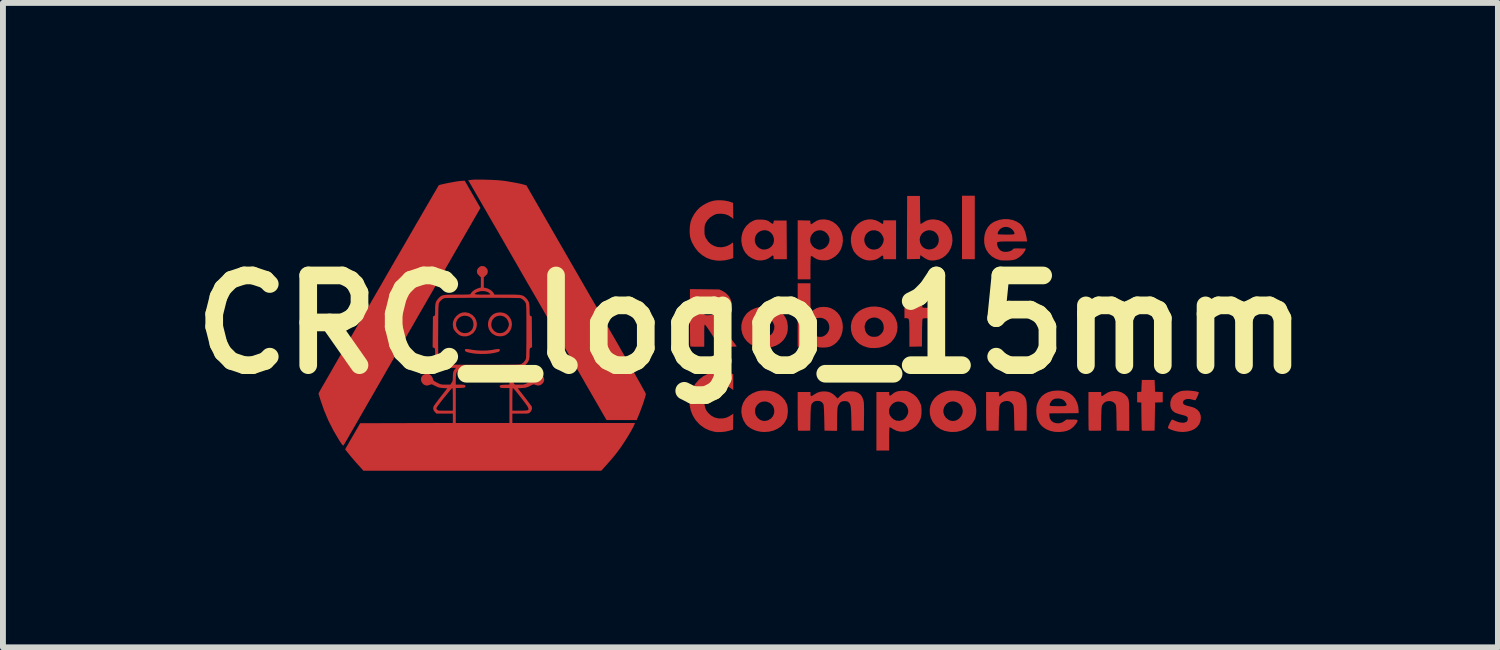
<source format=kicad_pcb>
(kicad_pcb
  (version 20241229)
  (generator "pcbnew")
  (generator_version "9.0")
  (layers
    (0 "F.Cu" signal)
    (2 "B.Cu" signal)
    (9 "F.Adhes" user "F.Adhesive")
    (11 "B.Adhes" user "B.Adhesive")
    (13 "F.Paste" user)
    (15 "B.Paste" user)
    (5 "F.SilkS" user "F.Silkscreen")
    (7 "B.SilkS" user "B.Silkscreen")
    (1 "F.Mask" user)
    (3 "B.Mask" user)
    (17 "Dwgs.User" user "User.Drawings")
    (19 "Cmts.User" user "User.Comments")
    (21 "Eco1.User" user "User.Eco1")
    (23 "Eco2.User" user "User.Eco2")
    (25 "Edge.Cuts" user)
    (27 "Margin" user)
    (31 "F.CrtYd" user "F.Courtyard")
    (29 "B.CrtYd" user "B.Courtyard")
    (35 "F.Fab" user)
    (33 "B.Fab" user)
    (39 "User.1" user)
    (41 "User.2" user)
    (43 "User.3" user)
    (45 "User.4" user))
  (footprint "CRC_logo_15mm"
    (layer "F.Cu")
    (at 9.736 2.463)
    (property "Reference" "CRC_logo_15mm" (at -0.04 0 0) (layer "F.SilkS") (effects (font (size 1.524 1.524) (thickness 0.3))))
    (attr exclude_from_pos_files exclude_from_bom)
    (fp_poly (pts (xy 3.77 -1.111) (xy 3.553 -1.111) (xy 3.553 -2.189) (xy 3.77 -2.189) (xy 3.77 -1.111)) (stroke (width 0.000313) (type solid)) (fill yes) (layer "F.Cu"))
    (fp_poly (pts (xy 6.832 1.14) (xy 6.897 1.143) (xy 6.962 1.145) (xy 6.962 1.319) (xy 6.897 1.322) (xy 6.832 1.324) (xy 6.824 1.801) (xy 6.717 1.803) (xy 6.67 1.803) (xy 6.638 1.803) (xy 6.618 1.801) (xy 6.608 1.797) (xy 6.606 1.795) (xy 6.605 1.784) (xy 6.604 1.758) (xy 6.603 1.721) (xy 6.602 1.673) (xy 6.601 1.618) (xy 6.6 1.558) (xy 6.6 1.554) (xy 6.598 1.324) (xy 6.563 1.322) (xy 6.527 1.319) (xy 6.527 1.146) (xy 6.563 1.143) (xy 6.598 1.14) (xy 6.602 1.04) (xy 6.607 0.94) (xy 6.824 0.94) (xy 6.832 1.14)) (stroke (width 0.000313) (type solid)) (fill yes) (layer "F.Cu"))
    (fp_poly (pts (xy -4.847 0.415) (xy -4.812 0.42) (xy -4.764 0.428) (xy -4.761 0.429) (xy -4.684 0.438) (xy -4.599 0.442) (xy -4.514 0.44) (xy -4.437 0.431) (xy -4.422 0.429) (xy -4.374 0.42) (xy -4.34 0.416) (xy -4.318 0.414) (xy -4.305 0.417) (xy -4.298 0.424) (xy -4.297 0.434) (xy -4.3 0.449) (xy -4.313 0.459) (xy -4.33 0.466) (xy -4.39 0.481) (xy -4.461 0.492) (xy -4.539 0.498) (xy -4.619 0.499) (xy -4.697 0.495) (xy -4.752 0.489) (xy -4.806 0.479) (xy -4.844 0.47) (xy -4.87 0.461) (xy -4.884 0.451) (xy -4.89 0.438) (xy -4.89 0.434) (xy -4.889 0.424) (xy -4.882 0.417) (xy -4.869 0.414) (xy -4.847 0.415)) (stroke (width 0.000313) (type solid)) (fill yes) (layer "F.Cu"))
    (fp_poly (pts (xy 2.88 -0.288) (xy 2.945 -0.286) (xy 3.01 -0.283) (xy 3.01 -0.109) (xy 2.953 -0.108) (xy 2.923 -0.108) (xy 2.899 -0.105) (xy 2.887 -0.102) (xy 2.883 -0.095) (xy 2.881 -0.079) (xy 2.878 -0.052) (xy 2.877 -0.012) (xy 2.875 0.041) (xy 2.874 0.109) (xy 2.874 0.138) (xy 2.872 0.372) (xy 2.765 0.374) (xy 2.659 0.376) (xy 2.659 0.147) (xy 2.659 0.075) (xy 2.658 0.018) (xy 2.657 -0.026) (xy 2.655 -0.058) (xy 2.651 -0.081) (xy 2.645 -0.095) (xy 2.637 -0.104) (xy 2.627 -0.107) (xy 2.613 -0.109) (xy 2.604 -0.109) (xy 2.575 -0.109) (xy 2.575 -0.284) (xy 2.612 -0.284) (xy 2.63 -0.285) (xy 2.643 -0.289) (xy 2.651 -0.299) (xy 2.656 -0.317) (xy 2.658 -0.346) (xy 2.659 -0.389) (xy 2.659 -0.403) (xy 2.659 -0.485) (xy 2.875 -0.485) (xy 2.88 -0.288)) (stroke (width 0.000313) (type solid)) (fill yes) (layer "F.Cu"))
    (fp_poly (pts (xy -4.827 -0.198) (xy -4.807 -0.189) (xy -4.758 -0.158) (xy -4.721 -0.117) (xy -4.698 -0.071) (xy -4.687 -0.02) (xy -4.69 0.032) (xy -4.706 0.082) (xy -4.737 0.129) (xy -4.761 0.153) (xy -4.809 0.183) (xy -4.862 0.199) (xy -4.919 0.199) (xy -4.965 0.188) (xy -4.996 0.171) (xy -5.028 0.144) (xy -5.057 0.112) (xy -5.079 0.08) (xy -5.086 0.062) (xy -5.096 0.002) (xy -5.095 -0.006) (xy -5.041 -0.006) (xy -5.037 0.029) (xy -5.019 0.073) (xy -4.989 0.108) (xy -4.951 0.133) (xy -4.908 0.145) (xy -4.861 0.144) (xy -4.819 0.129) (xy -4.782 0.101) (xy -4.757 0.063) (xy -4.745 0.015) (xy -4.744 -0.005) (xy -4.751 -0.055) (xy -4.771 -0.096) (xy -4.804 -0.127) (xy -4.849 -0.146) (xy -4.85 -0.146) (xy -4.899 -0.151) (xy -4.944 -0.142) (xy -4.983 -0.121) (xy -5.014 -0.09) (xy -5.034 -0.051) (xy -5.041 -0.006) (xy -5.095 -0.006) (xy -5.09 -0.052) (xy -5.069 -0.102) (xy -5.033 -0.147) (xy -4.986 -0.184) (xy -4.935 -0.205) (xy -4.882 -0.209) (xy -4.827 -0.198)) (stroke (width 0.000313) (type solid)) (fill yes) (layer "F.Cu"))
    (fp_poly (pts (xy -4.28 -0.207) (xy -4.231 -0.199) (xy -4.191 -0.182) (xy -4.155 -0.153) (xy -4.15 -0.149) (xy -4.117 -0.104) (xy -4.097 -0.055) (xy -4.091 -0.003) (xy -4.099 0.049) (xy -4.118 0.098) (xy -4.15 0.141) (xy -4.193 0.175) (xy -4.213 0.185) (xy -4.258 0.197) (xy -4.309 0.199) (xy -4.358 0.19) (xy -4.376 0.183) (xy -4.425 0.154) (xy -4.46 0.116) (xy -4.484 0.073) (xy -4.496 0.027) (xy -4.497 0.014) (xy -4.442 0.014) (xy -4.431 0.056) (xy -4.409 0.091) (xy -4.379 0.12) (xy -4.341 0.139) (xy -4.299 0.146) (xy -4.254 0.14) (xy -4.226 0.129) (xy -4.194 0.105) (xy -4.167 0.071) (xy -4.149 0.031) (xy -4.142 -0.004) (xy -4.148 -0.035) (xy -4.162 -0.069) (xy -4.18 -0.1) (xy -4.187 -0.107) (xy -4.223 -0.135) (xy -4.266 -0.15) (xy -4.31 -0.151) (xy -4.353 -0.14) (xy -4.391 -0.117) (xy -4.42 -0.083) (xy -4.424 -0.076) (xy -4.44 -0.03) (xy -4.442 0.014) (xy -4.497 0.014) (xy -4.498 -0.02) (xy -4.489 -0.067) (xy -4.47 -0.11) (xy -4.441 -0.148) (xy -4.404 -0.179) (xy -4.359 -0.199) (xy -4.306 -0.207) (xy -4.28 -0.207)) (stroke (width 0.000313) (type solid)) (fill yes) (layer "F.Cu"))
    (fp_poly (pts (xy -0.507 0.798) (xy -0.458 0.806) (xy -0.422 0.814) (xy -0.388 0.822) (xy -0.364 0.83) (xy -0.36 0.832) (xy -0.332 0.843) (xy -0.332 1.111) (xy -0.378 1.079) (xy -0.423 1.052) (xy -0.468 1.035) (xy -0.518 1.029) (xy -0.564 1.029) (xy -0.632 1.04) (xy -0.692 1.065) (xy -0.743 1.104) (xy -0.784 1.156) (xy -0.799 1.185) (xy -0.81 1.211) (xy -0.817 1.235) (xy -0.82 1.262) (xy -0.821 1.299) (xy -0.821 1.312) (xy -0.819 1.368) (xy -0.809 1.413) (xy -0.792 1.453) (xy -0.764 1.491) (xy -0.749 1.508) (xy -0.702 1.55) (xy -0.65 1.577) (xy -0.591 1.592) (xy -0.565 1.594) (xy -0.502 1.593) (xy -0.446 1.579) (xy -0.391 1.552) (xy -0.374 1.541) (xy -0.332 1.512) (xy -0.334 1.648) (xy -0.337 1.784) (xy -0.403 1.803) (xy -0.469 1.818) (xy -0.537 1.825) (xy -0.602 1.826) (xy -0.659 1.819) (xy -0.662 1.818) (xy -0.744 1.794) (xy -0.815 1.761) (xy -0.879 1.717) (xy -0.914 1.686) (xy -0.975 1.618) (xy -1.021 1.542) (xy -1.054 1.459) (xy -1.072 1.373) (xy -1.075 1.285) (xy -1.063 1.197) (xy -1.036 1.11) (xy -1.02 1.077) (xy -0.973 1) (xy -0.914 0.934) (xy -0.845 0.879) (xy -0.768 0.838) (xy -0.685 0.81) (xy -0.598 0.796) (xy -0.507 0.798)) (stroke (width 0.000313) (type solid)) (fill yes) (layer "F.Cu"))
    (fp_poly (pts (xy 2.164 -0.297) (xy 2.233 -0.276) (xy 2.299 -0.243) (xy 2.355 -0.199) (xy 2.399 -0.147) (xy 2.431 -0.087) (xy 2.451 -0.023) (xy 2.458 0.043) (xy 2.451 0.111) (xy 2.432 0.176) (xy 2.398 0.238) (xy 2.351 0.295) (xy 2.344 0.301) (xy 2.289 0.341) (xy 2.224 0.371) (xy 2.15 0.391) (xy 2.072 0.399) (xy 1.994 0.396) (xy 1.952 0.389) (xy 1.878 0.365) (xy 1.813 0.329) (xy 1.759 0.282) (xy 1.716 0.227) (xy 1.685 0.164) (xy 1.668 0.096) (xy 1.666 0.042) (xy 1.898 0.042) (xy 1.906 0.094) (xy 1.927 0.14) (xy 1.96 0.177) (xy 1.995 0.197) (xy 2.028 0.206) (xy 2.069 0.208) (xy 2.108 0.203) (xy 2.126 0.197) (xy 2.156 0.179) (xy 2.185 0.152) (xy 2.208 0.121) (xy 2.215 0.106) (xy 2.224 0.063) (xy 2.221 0.016) (xy 2.208 -0.028) (xy 2.205 -0.034) (xy 2.176 -0.075) (xy 2.139 -0.102) (xy 2.098 -0.117) (xy 2.055 -0.121) (xy 2.013 -0.113) (xy 1.973 -0.096) (xy 1.94 -0.068) (xy 1.915 -0.032) (xy 1.901 0.014) (xy 1.898 0.042) (xy 1.666 0.042) (xy 1.665 0.024) (xy 1.678 -0.05) (xy 1.681 -0.06) (xy 1.71 -0.124) (xy 1.751 -0.18) (xy 1.803 -0.227) (xy 1.865 -0.264) (xy 1.934 -0.29) (xy 2.008 -0.305) (xy 2.085 -0.307) (xy 2.164 -0.297)) (stroke (width 0.000313) (type solid)) (fill yes) (layer "F.Cu"))
    (fp_poly (pts (xy 3.453 1.122) (xy 3.513 1.131) (xy 3.563 1.145) (xy 3.569 1.147) (xy 3.641 1.185) (xy 3.701 1.233) (xy 3.747 1.291) (xy 3.78 1.359) (xy 3.78 1.361) (xy 3.792 1.412) (xy 3.796 1.471) (xy 3.791 1.531) (xy 3.778 1.586) (xy 3.767 1.614) (xy 3.727 1.678) (xy 3.675 1.731) (xy 3.612 1.773) (xy 3.541 1.803) (xy 3.462 1.821) (xy 3.378 1.824) (xy 3.34 1.821) (xy 3.258 1.805) (xy 3.185 1.775) (xy 3.122 1.731) (xy 3.103 1.713) (xy 3.056 1.655) (xy 3.024 1.589) (xy 3.007 1.521) (xy 3.004 1.447) (xy 3.237 1.447) (xy 3.237 1.493) (xy 3.25 1.537) (xy 3.273 1.575) (xy 3.305 1.605) (xy 3.344 1.627) (xy 3.387 1.637) (xy 3.434 1.633) (xy 3.459 1.625) (xy 3.5 1.6) (xy 3.533 1.564) (xy 3.556 1.522) (xy 3.566 1.477) (xy 3.564 1.446) (xy 3.548 1.397) (xy 3.522 1.358) (xy 3.487 1.33) (xy 3.447 1.312) (xy 3.403 1.304) (xy 3.36 1.309) (xy 3.319 1.324) (xy 3.283 1.352) (xy 3.254 1.393) (xy 3.251 1.4) (xy 3.237 1.447) (xy 3.004 1.447) (xy 3.004 1.447) (xy 3.016 1.377) (xy 3.042 1.312) (xy 3.082 1.254) (xy 3.135 1.204) (xy 3.2 1.163) (xy 3.276 1.133) (xy 3.281 1.132) (xy 3.331 1.122) (xy 3.391 1.119) (xy 3.453 1.122)) (stroke (width 0.000313) (type solid)) (fill yes) (layer "F.Cu"))
    (fp_poly (pts (xy 0.254 1.123) (xy 0.314 1.131) (xy 0.364 1.146) (xy 0.369 1.148) (xy 0.437 1.183) (xy 0.495 1.229) (xy 0.542 1.282) (xy 0.574 1.343) (xy 0.584 1.369) (xy 0.593 1.42) (xy 0.595 1.479) (xy 0.589 1.538) (xy 0.577 1.591) (xy 0.568 1.614) (xy 0.531 1.676) (xy 0.481 1.728) (xy 0.42 1.769) (xy 0.351 1.8) (xy 0.274 1.819) (xy 0.191 1.824) (xy 0.14 1.821) (xy 0.077 1.809) (xy 0.015 1.788) (xy -0.041 1.759) (xy -0.089 1.724) (xy -0.117 1.694) (xy -0.158 1.628) (xy -0.184 1.557) (xy -0.195 1.485) (xy -0.194 1.466) (xy 0.036 1.466) (xy 0.041 1.509) (xy 0.057 1.55) (xy 0.083 1.585) (xy 0.116 1.613) (xy 0.156 1.631) (xy 0.2 1.637) (xy 0.246 1.629) (xy 0.265 1.622) (xy 0.308 1.595) (xy 0.339 1.56) (xy 0.358 1.519) (xy 0.365 1.476) (xy 0.361 1.433) (xy 0.347 1.392) (xy 0.321 1.357) (xy 0.286 1.329) (xy 0.242 1.311) (xy 0.213 1.306) (xy 0.161 1.309) (xy 0.115 1.328) (xy 0.077 1.361) (xy 0.065 1.376) (xy 0.043 1.42) (xy 0.036 1.466) (xy -0.194 1.466) (xy -0.191 1.413) (xy -0.17 1.343) (xy -0.16 1.321) (xy -0.12 1.257) (xy -0.067 1.205) (xy -0.002 1.164) (xy 0.076 1.133) (xy 0.081 1.132) (xy 0.131 1.122) (xy 0.191 1.119) (xy 0.254 1.123)) (stroke (width 0.000313) (type solid)) (fill yes) (layer "F.Cu"))
    (fp_poly (pts (xy -4.566 -2.462) (xy -4.497 -2.46) (xy -4.428 -2.458) (xy -4.363 -2.454) (xy -4.303 -2.45) (xy -4.254 -2.445) (xy -4.243 -2.444) (xy -4.185 -2.436) (xy -4.122 -2.425) (xy -4.057 -2.414) (xy -3.996 -2.402) (xy -3.942 -2.391) (xy -3.899 -2.38) (xy -3.888 -2.377) (xy -3.846 -2.365) (xy -2.831 -0.604) (xy -2.712 -0.398) (xy -2.6 -0.204) (xy -2.495 -0.021) (xy -2.398 0.149) (xy -2.307 0.306) (xy -2.224 0.452) (xy -2.148 0.584) (xy -2.08 0.704) (xy -2.019 0.811) (xy -1.967 0.904) (xy -1.921 0.984) (xy -1.884 1.051) (xy -1.855 1.104) (xy -1.834 1.142) (xy -1.821 1.167) (xy -1.816 1.178) (xy -1.816 1.178) (xy -1.82 1.197) (xy -1.828 1.229) (xy -1.841 1.27) (xy -1.856 1.318) (xy -1.874 1.371) (xy -1.894 1.424) (xy -1.913 1.476) (xy -1.93 1.519) (xy -1.972 1.621) (xy -2.485 1.621) (xy -3.464 -0.077) (xy -3.556 -0.238) (xy -3.648 -0.398) (xy -3.739 -0.555) (xy -3.829 -0.71) (xy -3.916 -0.861) (xy -4 -1.008) (xy -4.082 -1.15) (xy -4.16 -1.285) (xy -4.234 -1.414) (xy -4.304 -1.535) (xy -4.369 -1.648) (xy -4.429 -1.751) (xy -4.483 -1.844) (xy -4.53 -1.927) (xy -4.571 -1.997) (xy -4.604 -2.055) (xy -4.63 -2.1) (xy -4.638 -2.114) (xy -4.834 -2.452) (xy -4.775 -2.459) (xy -4.739 -2.462) (xy -4.69 -2.463) (xy -4.632 -2.463) (xy -4.566 -2.462)) (stroke (width 0.000313) (type solid)) (fill yes) (layer "F.Cu"))
    (fp_poly (pts (xy 0.188 -1.781) (xy 0.233 -1.772) (xy 0.27 -1.756) (xy 0.304 -1.731) (xy 0.307 -1.729) (xy 0.328 -1.714) (xy 0.342 -1.713) (xy 0.35 -1.728) (xy 0.352 -1.738) (xy 0.357 -1.767) (xy 0.574 -1.767) (xy 0.576 -1.439) (xy 0.578 -1.111) (xy 0.353 -1.111) (xy 0.353 -1.14) (xy 0.35 -1.165) (xy 0.34 -1.174) (xy 0.324 -1.168) (xy 0.308 -1.154) (xy 0.264 -1.123) (xy 0.21 -1.101) (xy 0.151 -1.09) (xy 0.09 -1.091) (xy 0.052 -1.099) (xy -0.017 -1.127) (xy -0.077 -1.167) (xy -0.126 -1.22) (xy -0.158 -1.274) (xy -0.184 -1.347) (xy -0.195 -1.42) (xy -0.194 -1.461) (xy 0.034 -1.461) (xy 0.034 -1.415) (xy 0.048 -1.369) (xy 0.074 -1.329) (xy 0.112 -1.297) (xy 0.157 -1.278) (xy 0.205 -1.275) (xy 0.254 -1.286) (xy 0.285 -1.302) (xy 0.322 -1.333) (xy 0.347 -1.371) (xy 0.358 -1.413) (xy 0.359 -1.456) (xy 0.348 -1.499) (xy 0.328 -1.537) (xy 0.298 -1.569) (xy 0.26 -1.592) (xy 0.215 -1.603) (xy 0.196 -1.604) (xy 0.146 -1.595) (xy 0.103 -1.574) (xy 0.069 -1.543) (xy 0.046 -1.504) (xy 0.034 -1.461) (xy -0.194 -1.461) (xy -0.192 -1.493) (xy -0.176 -1.562) (xy -0.147 -1.626) (xy -0.106 -1.682) (xy -0.054 -1.729) (xy -0.008 -1.756) (xy 0.019 -1.769) (xy 0.041 -1.777) (xy 0.064 -1.782) (xy 0.094 -1.783) (xy 0.131 -1.784) (xy 0.188 -1.781)) (stroke (width 0.000313) (type solid)) (fill yes) (layer "F.Cu"))
    (fp_poly (pts (xy 4.45 1.132) (xy 4.507 1.146) (xy 4.558 1.17) (xy 4.6 1.205) (xy 4.611 1.218) (xy 4.623 1.236) (xy 4.633 1.255) (xy 4.641 1.277) (xy 4.647 1.304) (xy 4.65 1.338) (xy 4.653 1.381) (xy 4.654 1.435) (xy 4.654 1.503) (xy 4.654 1.571) (xy 4.651 1.801) (xy 4.443 1.801) (xy 4.438 1.592) (xy 4.437 1.525) (xy 4.435 1.473) (xy 4.434 1.434) (xy 4.431 1.405) (xy 4.429 1.384) (xy 4.425 1.369) (xy 4.42 1.358) (xy 4.419 1.356) (xy 4.393 1.324) (xy 4.358 1.304) (xy 4.317 1.296) (xy 4.273 1.303) (xy 4.253 1.311) (xy 4.233 1.321) (xy 4.218 1.331) (xy 4.206 1.344) (xy 4.197 1.362) (xy 4.19 1.386) (xy 4.186 1.419) (xy 4.183 1.462) (xy 4.181 1.518) (xy 4.179 1.588) (xy 4.179 1.592) (xy 4.175 1.801) (xy 4.075 1.803) (xy 4.035 1.803) (xy 4.002 1.803) (xy 3.978 1.801) (xy 3.968 1.799) (xy 3.968 1.799) (xy 3.967 1.79) (xy 3.966 1.766) (xy 3.964 1.729) (xy 3.964 1.68) (xy 3.963 1.622) (xy 3.962 1.557) (xy 3.962 1.486) (xy 3.962 1.469) (xy 3.962 1.145) (xy 4.179 1.145) (xy 4.179 1.182) (xy 4.181 1.207) (xy 4.187 1.219) (xy 4.189 1.22) (xy 4.2 1.215) (xy 4.218 1.201) (xy 4.234 1.187) (xy 4.28 1.156) (xy 4.333 1.136) (xy 4.391 1.128) (xy 4.45 1.132)) (stroke (width 0.000313) (type solid)) (fill yes) (layer "F.Cu"))
    (fp_poly (pts (xy 0.267 -0.303) (xy 0.268 -0.303) (xy 0.345 -0.285) (xy 0.415 -0.254) (xy 0.476 -0.213) (xy 0.526 -0.163) (xy 0.563 -0.105) (xy 0.566 -0.098) (xy 0.585 -0.042) (xy 0.594 0.021) (xy 0.594 0.086) (xy 0.584 0.143) (xy 0.584 0.144) (xy 0.556 0.211) (xy 0.514 0.27) (xy 0.461 0.318) (xy 0.397 0.356) (xy 0.323 0.382) (xy 0.241 0.396) (xy 0.219 0.397) (xy 0.18 0.398) (xy 0.143 0.397) (xy 0.114 0.394) (xy 0.106 0.393) (xy 0.026 0.368) (xy -0.043 0.332) (xy -0.1 0.284) (xy -0.145 0.227) (xy -0.177 0.16) (xy -0.194 0.084) (xy -0.195 0.082) (xy -0.195 0.07) (xy 0.038 0.07) (xy 0.052 0.116) (xy 0.081 0.157) (xy 0.123 0.19) (xy 0.131 0.195) (xy 0.164 0.205) (xy 0.205 0.208) (xy 0.246 0.203) (xy 0.267 0.196) (xy 0.304 0.176) (xy 0.33 0.15) (xy 0.344 0.125) (xy 0.362 0.078) (xy 0.366 0.034) (xy 0.361 0.004) (xy 0.34 -0.043) (xy 0.31 -0.079) (xy 0.272 -0.104) (xy 0.23 -0.118) (xy 0.186 -0.12) (xy 0.143 -0.11) (xy 0.103 -0.088) (xy 0.07 -0.053) (xy 0.056 -0.03) (xy 0.039 0.021) (xy 0.038 0.07) (xy -0.195 0.07) (xy -0.195 0.013) (xy -0.181 -0.056) (xy -0.153 -0.121) (xy -0.112 -0.179) (xy -0.088 -0.204) (xy -0.031 -0.246) (xy 0.037 -0.278) (xy 0.111 -0.298) (xy 0.189 -0.307) (xy 0.267 -0.303)) (stroke (width 0.000313) (type solid)) (fill yes) (layer "F.Cu"))
    (fp_poly (pts (xy 6.208 1.134) (xy 6.265 1.152) (xy 6.315 1.182) (xy 6.345 1.211) (xy 6.358 1.227) (xy 6.369 1.243) (xy 6.377 1.26) (xy 6.383 1.281) (xy 6.387 1.308) (xy 6.39 1.343) (xy 6.392 1.387) (xy 6.393 1.443) (xy 6.394 1.513) (xy 6.394 1.557) (xy 6.394 1.805) (xy 6.287 1.803) (xy 6.18 1.801) (xy 6.176 1.586) (xy 6.175 1.52) (xy 6.174 1.469) (xy 6.172 1.43) (xy 6.17 1.402) (xy 6.168 1.381) (xy 6.165 1.367) (xy 6.161 1.357) (xy 6.156 1.349) (xy 6.155 1.348) (xy 6.123 1.317) (xy 6.082 1.3) (xy 6.039 1.299) (xy 5.995 1.309) (xy 5.962 1.332) (xy 5.938 1.363) (xy 5.933 1.373) (xy 5.929 1.385) (xy 5.926 1.401) (xy 5.923 1.424) (xy 5.921 1.455) (xy 5.92 1.497) (xy 5.918 1.552) (xy 5.917 1.596) (xy 5.913 1.801) (xy 5.812 1.803) (xy 5.773 1.803) (xy 5.74 1.803) (xy 5.716 1.801) (xy 5.706 1.799) (xy 5.706 1.799) (xy 5.705 1.79) (xy 5.703 1.766) (xy 5.702 1.729) (xy 5.701 1.68) (xy 5.701 1.622) (xy 5.7 1.557) (xy 5.7 1.486) (xy 5.7 1.469) (xy 5.7 1.145) (xy 5.917 1.145) (xy 5.917 1.178) (xy 5.919 1.2) (xy 5.924 1.214) (xy 5.925 1.216) (xy 5.935 1.213) (xy 5.954 1.202) (xy 5.977 1.185) (xy 5.979 1.184) (xy 6.03 1.152) (xy 6.087 1.133) (xy 6.147 1.127) (xy 6.208 1.134)) (stroke (width 0.000313) (type solid)) (fill yes) (layer "F.Cu"))
    (fp_poly (pts (xy 2.085 -1.773) (xy 2.146 -1.745) (xy 2.161 -1.734) (xy 2.184 -1.72) (xy 2.202 -1.711) (xy 2.209 -1.71) (xy 2.214 -1.72) (xy 2.216 -1.74) (xy 2.216 -1.743) (xy 2.216 -1.771) (xy 2.433 -1.771) (xy 2.433 -1.111) (xy 2.216 -1.111) (xy 2.216 -1.14) (xy 2.213 -1.164) (xy 2.204 -1.173) (xy 2.188 -1.168) (xy 2.168 -1.152) (xy 2.141 -1.132) (xy 2.11 -1.114) (xy 2.102 -1.11) (xy 2.063 -1.098) (xy 2.015 -1.091) (xy 1.966 -1.09) (xy 1.925 -1.095) (xy 1.868 -1.114) (xy 1.812 -1.146) (xy 1.762 -1.188) (xy 1.721 -1.236) (xy 1.706 -1.262) (xy 1.68 -1.33) (xy 1.666 -1.403) (xy 1.666 -1.438) (xy 1.892 -1.438) (xy 1.899 -1.393) (xy 1.92 -1.349) (xy 1.933 -1.332) (xy 1.962 -1.304) (xy 1.992 -1.287) (xy 2.02 -1.278) (xy 2.055 -1.274) (xy 2.095 -1.279) (xy 2.13 -1.29) (xy 2.133 -1.291) (xy 2.168 -1.318) (xy 2.197 -1.356) (xy 2.217 -1.4) (xy 2.224 -1.445) (xy 2.224 -1.446) (xy 2.221 -1.465) (xy 2.211 -1.492) (xy 2.202 -1.511) (xy 2.173 -1.554) (xy 2.136 -1.583) (xy 2.088 -1.599) (xy 2.071 -1.602) (xy 2.021 -1.6) (xy 1.978 -1.584) (xy 1.942 -1.557) (xy 1.915 -1.523) (xy 1.898 -1.482) (xy 1.892 -1.438) (xy 1.666 -1.438) (xy 1.666 -1.477) (xy 1.68 -1.548) (xy 1.696 -1.591) (xy 1.734 -1.653) (xy 1.78 -1.705) (xy 1.835 -1.745) (xy 1.894 -1.772) (xy 1.957 -1.786) (xy 2.022 -1.787) (xy 2.085 -1.773)) (stroke (width 0.000313) (type solid)) (fill yes) (layer "F.Cu"))
    (fp_poly (pts (xy -0.476 -2.106) (xy -0.412 -2.093) (xy -0.395 -2.088) (xy -0.337 -2.068) (xy -0.334 -1.932) (xy -0.332 -1.795) (xy -0.364 -1.821) (xy -0.414 -1.854) (xy -0.467 -1.874) (xy -0.527 -1.883) (xy -0.547 -1.883) (xy -0.584 -1.882) (xy -0.612 -1.879) (xy -0.637 -1.871) (xy -0.668 -1.857) (xy -0.669 -1.856) (xy -0.726 -1.82) (xy -0.771 -1.773) (xy -0.802 -1.722) (xy -0.811 -1.701) (xy -0.817 -1.679) (xy -0.82 -1.651) (xy -0.821 -1.613) (xy -0.821 -1.6) (xy -0.821 -1.56) (xy -0.819 -1.531) (xy -0.814 -1.509) (xy -0.806 -1.488) (xy -0.797 -1.468) (xy -0.759 -1.411) (xy -0.712 -1.367) (xy -0.656 -1.335) (xy -0.595 -1.317) (xy -0.531 -1.313) (xy -0.471 -1.324) (xy -0.436 -1.336) (xy -0.403 -1.352) (xy -0.374 -1.368) (xy -0.356 -1.383) (xy -0.354 -1.387) (xy -0.346 -1.395) (xy -0.341 -1.393) (xy -0.337 -1.378) (xy -0.334 -1.35) (xy -0.333 -1.307) (xy -0.332 -1.262) (xy -0.332 -1.129) (xy -0.389 -1.111) (xy -0.472 -1.092) (xy -0.56 -1.085) (xy -0.621 -1.088) (xy -0.707 -1.104) (xy -0.788 -1.135) (xy -0.863 -1.181) (xy -0.929 -1.239) (xy -0.985 -1.31) (xy -1.031 -1.391) (xy -1.056 -1.454) (xy -1.067 -1.5) (xy -1.072 -1.556) (xy -1.073 -1.617) (xy -1.068 -1.679) (xy -1.059 -1.734) (xy -1.051 -1.763) (xy -1.026 -1.823) (xy -0.991 -1.884) (xy -0.949 -1.94) (xy -0.906 -1.984) (xy -0.857 -2.021) (xy -0.797 -2.056) (xy -0.735 -2.084) (xy -0.678 -2.102) (xy -0.616 -2.111) (xy -0.547 -2.112) (xy -0.476 -2.106)) (stroke (width 0.000313) (type solid)) (fill yes) (layer "F.Cu"))
    (fp_poly (pts (xy 2.58 1.125) (xy 2.609 1.128) (xy 2.635 1.136) (xy 2.666 1.149) (xy 2.669 1.15) (xy 2.731 1.187) (xy 2.781 1.232) (xy 2.821 1.289) (xy 2.832 1.31) (xy 2.847 1.343) (xy 2.857 1.37) (xy 2.862 1.398) (xy 2.865 1.434) (xy 2.866 1.449) (xy 2.864 1.528) (xy 2.85 1.596) (xy 2.822 1.656) (xy 2.781 1.711) (xy 2.758 1.733) (xy 2.702 1.776) (xy 2.639 1.805) (xy 2.574 1.819) (xy 2.507 1.819) (xy 2.442 1.804) (xy 2.382 1.774) (xy 2.377 1.771) (xy 2.352 1.756) (xy 2.333 1.746) (xy 2.323 1.743) (xy 2.323 1.743) (xy 2.321 1.752) (xy 2.319 1.776) (xy 2.318 1.811) (xy 2.317 1.856) (xy 2.316 1.909) (xy 2.316 1.943) (xy 2.316 2.139) (xy 2.099 2.139) (xy 2.099 1.492) (xy 2.313 1.492) (xy 2.327 1.539) (xy 2.352 1.576) (xy 2.393 1.611) (xy 2.439 1.631) (xy 2.488 1.635) (xy 2.539 1.623) (xy 2.555 1.615) (xy 2.587 1.591) (xy 2.614 1.556) (xy 2.633 1.515) (xy 2.64 1.484) (xy 2.637 1.44) (xy 2.621 1.397) (xy 2.595 1.359) (xy 2.564 1.333) (xy 2.513 1.312) (xy 2.464 1.306) (xy 2.417 1.317) (xy 2.374 1.345) (xy 2.361 1.356) (xy 2.33 1.399) (xy 2.314 1.445) (xy 2.313 1.492) (xy 2.099 1.492) (xy 2.099 1.145) (xy 2.316 1.145) (xy 2.316 1.173) (xy 2.319 1.198) (xy 2.329 1.207) (xy 2.345 1.201) (xy 2.361 1.188) (xy 2.404 1.155) (xy 2.453 1.134) (xy 2.512 1.125) (xy 2.542 1.124) (xy 2.58 1.125)) (stroke (width 0.000313) (type solid)) (fill yes) (layer "F.Cu"))
    (fp_poly (pts (xy 2.841 -1.955) (xy 2.841 -1.894) (xy 2.842 -1.839) (xy 2.843 -1.791) (xy 2.844 -1.753) (xy 2.846 -1.726) (xy 2.847 -1.714) (xy 2.847 -1.714) (xy 2.854 -1.711) (xy 2.869 -1.717) (xy 2.891 -1.732) (xy 2.944 -1.764) (xy 3.001 -1.782) (xy 3.065 -1.787) (xy 3.083 -1.786) (xy 3.155 -1.774) (xy 3.22 -1.748) (xy 3.276 -1.708) (xy 3.322 -1.657) (xy 3.358 -1.594) (xy 3.382 -1.522) (xy 3.386 -1.499) (xy 3.391 -1.425) (xy 3.381 -1.354) (xy 3.358 -1.288) (xy 3.323 -1.228) (xy 3.278 -1.177) (xy 3.224 -1.136) (xy 3.163 -1.107) (xy 3.095 -1.092) (xy 3.079 -1.09) (xy 3.048 -1.089) (xy 3.021 -1.09) (xy 3.005 -1.091) (xy 2.963 -1.105) (xy 2.922 -1.127) (xy 2.895 -1.146) (xy 2.872 -1.162) (xy 2.855 -1.174) (xy 2.848 -1.178) (xy 2.844 -1.171) (xy 2.842 -1.152) (xy 2.841 -1.147) (xy 2.838 -1.115) (xy 2.617 -1.111) (xy 2.618 -1.44) (xy 2.834 -1.44) (xy 2.842 -1.389) (xy 2.862 -1.346) (xy 2.893 -1.312) (xy 2.932 -1.288) (xy 2.978 -1.276) (xy 3.026 -1.278) (xy 3.076 -1.295) (xy 3.077 -1.295) (xy 3.114 -1.323) (xy 3.141 -1.36) (xy 3.156 -1.404) (xy 3.159 -1.45) (xy 3.15 -1.496) (xy 3.128 -1.537) (xy 3.109 -1.56) (xy 3.068 -1.588) (xy 3.024 -1.601) (xy 2.979 -1.602) (xy 2.935 -1.59) (xy 2.897 -1.568) (xy 2.865 -1.536) (xy 2.843 -1.495) (xy 2.834 -1.447) (xy 2.834 -1.44) (xy 2.618 -1.44) (xy 2.619 -1.648) (xy 2.621 -2.185) (xy 2.838 -2.185) (xy 2.841 -1.955)) (stroke (width 0.000313) (type solid)) (fill yes) (layer "F.Cu"))
    (fp_poly (pts (xy 0.979 -0.464) (xy 0.979 -0.392) (xy 0.98 -0.335) (xy 0.981 -0.292) (xy 0.982 -0.261) (xy 0.984 -0.241) (xy 0.987 -0.23) (xy 0.99 -0.226) (xy 0.99 -0.226) (xy 1.003 -0.23) (xy 1.023 -0.242) (xy 1.035 -0.251) (xy 1.083 -0.279) (xy 1.135 -0.295) (xy 1.196 -0.301) (xy 1.2 -0.301) (xy 1.266 -0.296) (xy 1.324 -0.28) (xy 1.379 -0.251) (xy 1.386 -0.247) (xy 1.437 -0.203) (xy 1.478 -0.149) (xy 1.507 -0.088) (xy 1.524 -0.022) (xy 1.529 0.047) (xy 1.522 0.116) (xy 1.503 0.183) (xy 1.472 0.244) (xy 1.428 0.298) (xy 1.422 0.305) (xy 1.371 0.345) (xy 1.319 0.372) (xy 1.261 0.386) (xy 1.209 0.39) (xy 1.152 0.389) (xy 1.11 0.383) (xy 1.1 0.38) (xy 1.072 0.366) (xy 1.043 0.347) (xy 1.031 0.338) (xy 1.011 0.322) (xy 0.994 0.311) (xy 0.988 0.309) (xy 0.983 0.317) (xy 0.98 0.335) (xy 0.979 0.343) (xy 0.979 0.376) (xy 0.762 0.376) (xy 0.762 0.048) (xy 0.972 0.048) (xy 0.978 0.091) (xy 0.995 0.13) (xy 1.022 0.164) (xy 1.059 0.19) (xy 1.105 0.205) (xy 1.139 0.209) (xy 1.173 0.206) (xy 1.2 0.198) (xy 1.224 0.184) (xy 1.261 0.152) (xy 1.286 0.111) (xy 1.299 0.067) (xy 1.298 0.021) (xy 1.285 -0.024) (xy 1.26 -0.063) (xy 1.229 -0.089) (xy 1.187 -0.109) (xy 1.14 -0.116) (xy 1.094 -0.112) (xy 1.066 -0.102) (xy 1.024 -0.072) (xy 0.994 -0.036) (xy 0.977 0.005) (xy 0.972 0.048) (xy 0.762 0.048) (xy 0.762 -0.702) (xy 0.979 -0.702) (xy 0.979 -0.464)) (stroke (width 0.000313) (type solid)) (fill yes) (layer "F.Cu"))
    (fp_poly (pts (xy 1.222 -1.786) (xy 1.293 -1.774) (xy 1.356 -1.747) (xy 1.414 -1.705) (xy 1.428 -1.692) (xy 1.475 -1.633) (xy 1.508 -1.567) (xy 1.527 -1.495) (xy 1.53 -1.419) (xy 1.518 -1.341) (xy 1.518 -1.341) (xy 1.492 -1.27) (xy 1.452 -1.209) (xy 1.4 -1.159) (xy 1.334 -1.118) (xy 1.33 -1.117) (xy 1.3 -1.104) (xy 1.274 -1.096) (xy 1.246 -1.092) (xy 1.208 -1.091) (xy 1.205 -1.091) (xy 1.144 -1.095) (xy 1.092 -1.109) (xy 1.043 -1.135) (xy 1.024 -1.15) (xy 1.005 -1.162) (xy 0.99 -1.166) (xy 0.988 -1.166) (xy 0.985 -1.156) (xy 0.983 -1.13) (xy 0.981 -1.091) (xy 0.98 -1.039) (xy 0.979 -0.975) (xy 0.979 -0.965) (xy 0.979 -0.769) (xy 0.762 -0.769) (xy 0.762 -1.443) (xy 0.973 -1.443) (xy 0.979 -1.395) (xy 0.983 -1.384) (xy 1.007 -1.342) (xy 1.042 -1.307) (xy 1.085 -1.284) (xy 1.089 -1.283) (xy 1.115 -1.275) (xy 1.134 -1.272) (xy 1.151 -1.273) (xy 1.175 -1.279) (xy 1.186 -1.283) (xy 1.227 -1.303) (xy 1.261 -1.334) (xy 1.286 -1.373) (xy 1.301 -1.417) (xy 1.302 -1.46) (xy 1.301 -1.465) (xy 1.283 -1.513) (xy 1.253 -1.553) (xy 1.214 -1.583) (xy 1.168 -1.6) (xy 1.121 -1.602) (xy 1.073 -1.59) (xy 1.033 -1.565) (xy 1.002 -1.53) (xy 0.981 -1.489) (xy 0.973 -1.443) (xy 0.762 -1.443) (xy 0.762 -1.772) (xy 0.869 -1.769) (xy 0.975 -1.767) (xy 0.978 -1.736) (xy 0.981 -1.716) (xy 0.987 -1.705) (xy 0.989 -1.704) (xy 0.999 -1.709) (xy 1.019 -1.721) (xy 1.035 -1.733) (xy 1.085 -1.764) (xy 1.138 -1.782) (xy 1.198 -1.787) (xy 1.222 -1.786)) (stroke (width 0.000313) (type solid)) (fill yes) (layer "F.Cu"))
    (fp_poly (pts (xy 5.253 1.124) (xy 5.318 1.139) (xy 5.375 1.164) (xy 5.38 1.167) (xy 5.431 1.206) (xy 5.473 1.257) (xy 5.505 1.318) (xy 5.526 1.385) (xy 5.533 1.456) (xy 5.533 1.504) (xy 5.284 1.506) (xy 5.036 1.508) (xy 5.037 1.547) (xy 5.046 1.594) (xy 5.068 1.632) (xy 5.103 1.659) (xy 5.15 1.674) (xy 5.154 1.675) (xy 5.205 1.676) (xy 5.253 1.662) (xy 5.287 1.641) (xy 5.324 1.613) (xy 5.42 1.613) (xy 5.465 1.613) (xy 5.496 1.615) (xy 5.512 1.621) (xy 5.517 1.632) (xy 5.511 1.648) (xy 5.497 1.673) (xy 5.493 1.68) (xy 5.452 1.73) (xy 5.402 1.772) (xy 5.374 1.788) (xy 5.325 1.807) (xy 5.266 1.819) (xy 5.201 1.824) (xy 5.136 1.822) (xy 5.124 1.821) (xy 5.054 1.806) (xy 4.993 1.782) (xy 4.952 1.758) (xy 4.908 1.723) (xy 4.873 1.681) (xy 4.843 1.626) (xy 4.841 1.623) (xy 4.825 1.573) (xy 4.816 1.513) (xy 4.814 1.45) (xy 4.82 1.389) (xy 4.825 1.369) (xy 5.041 1.369) (xy 5.051 1.38) (xy 5.055 1.381) (xy 5.068 1.383) (xy 5.095 1.384) (xy 5.131 1.385) (xy 5.173 1.386) (xy 5.187 1.386) (xy 5.239 1.386) (xy 5.277 1.385) (xy 5.303 1.382) (xy 5.317 1.377) (xy 5.319 1.376) (xy 5.329 1.368) (xy 5.33 1.359) (xy 5.324 1.342) (xy 5.32 1.334) (xy 5.294 1.296) (xy 5.26 1.27) (xy 5.214 1.257) (xy 5.191 1.255) (xy 5.142 1.257) (xy 5.104 1.27) (xy 5.074 1.295) (xy 5.059 1.317) (xy 5.044 1.348) (xy 5.041 1.369) (xy 4.825 1.369) (xy 4.831 1.346) (xy 4.86 1.279) (xy 4.902 1.222) (xy 4.955 1.178) (xy 5.019 1.146) (xy 5.093 1.126) (xy 5.177 1.12) (xy 5.177 1.12) (xy 5.253 1.124)) (stroke (width 0.000313) (type solid)) (fill yes) (layer "F.Cu"))
    (fp_poly (pts (xy -4.76 -2.213) (xy -4.626 -1.981) (xy -5.559 -0.362) (xy -5.651 -0.204) (xy -5.741 -0.046) (xy -5.831 0.11) (xy -5.92 0.263) (xy -6.007 0.414) (xy -6.091 0.561) (xy -6.173 0.702) (xy -6.251 0.838) (xy -6.325 0.967) (xy -6.395 1.088) (xy -6.46 1.202) (xy -6.52 1.305) (xy -6.574 1.399) (xy -6.621 1.481) (xy -6.662 1.552) (xy -6.695 1.61) (xy -6.718 1.65) (xy -6.761 1.725) (xy -6.802 1.795) (xy -6.839 1.859) (xy -6.872 1.917) (xy -6.901 1.966) (xy -6.924 2.006) (xy -6.941 2.034) (xy -6.951 2.05) (xy -6.953 2.053) (xy -6.959 2.054) (xy -6.969 2.046) (xy -6.985 2.026) (xy -7.006 1.995) (xy -7.022 1.97) (xy -7.122 1.801) (xy -7.208 1.632) (xy -7.282 1.457) (xy -7.346 1.272) (xy -7.347 1.268) (xy -7.377 1.17) (xy -7.357 1.134) (xy -7.342 1.106) (xy -7.319 1.066) (xy -7.289 1.014) (xy -7.252 0.951) (xy -7.21 0.877) (xy -7.162 0.794) (xy -7.11 0.702) (xy -7.052 0.602) (xy -6.99 0.495) (xy -6.925 0.382) (xy -6.856 0.262) (xy -6.784 0.138) (xy -6.71 0.009) (xy -6.634 -0.123) (xy -6.556 -0.257) (xy -6.477 -0.394) (xy -6.397 -0.532) (xy -6.317 -0.67) (xy -6.238 -0.808) (xy -6.159 -0.945) (xy -6.081 -1.08) (xy -6.004 -1.212) (xy -5.929 -1.341) (xy -5.857 -1.466) (xy -5.788 -1.585) (xy -5.722 -1.7) (xy -5.659 -1.807) (xy -5.601 -1.908) (xy -5.547 -2.001) (xy -5.498 -2.085) (xy -5.455 -2.159) (xy -5.418 -2.224) (xy -5.386 -2.277) (xy -5.362 -2.319) (xy -5.345 -2.348) (xy -5.336 -2.364) (xy -5.334 -2.366) (xy -5.319 -2.372) (xy -5.29 -2.38) (xy -5.251 -2.389) (xy -5.204 -2.399) (xy -5.153 -2.409) (xy -5.101 -2.419) (xy -5.05 -2.428) (xy -5.004 -2.435) (xy -4.965 -2.44) (xy -4.942 -2.441) (xy -4.893 -2.444) (xy -4.76 -2.213)) (stroke (width 0.000313) (type solid)) (fill yes) (layer "F.Cu"))
    (fp_poly (pts (xy 7.402 1.121) (xy 7.447 1.124) (xy 7.49 1.129) (xy 7.528 1.135) (xy 7.557 1.143) (xy 7.574 1.151) (xy 7.576 1.153) (xy 7.574 1.163) (xy 7.567 1.182) (xy 7.556 1.209) (xy 7.543 1.236) (xy 7.531 1.262) (xy 7.521 1.28) (xy 7.517 1.285) (xy 7.509 1.284) (xy 7.489 1.28) (xy 7.467 1.274) (xy 7.418 1.264) (xy 7.375 1.264) (xy 7.341 1.273) (xy 7.317 1.29) (xy 7.305 1.316) (xy 7.304 1.325) (xy 7.309 1.342) (xy 7.324 1.357) (xy 7.351 1.37) (xy 7.393 1.383) (xy 7.412 1.387) (xy 7.448 1.397) (xy 7.481 1.407) (xy 7.504 1.416) (xy 7.507 1.417) (xy 7.553 1.449) (xy 7.586 1.489) (xy 7.605 1.537) (xy 7.61 1.589) (xy 7.601 1.644) (xy 7.582 1.691) (xy 7.548 1.736) (xy 7.502 1.773) (xy 7.444 1.8) (xy 7.379 1.817) (xy 7.306 1.824) (xy 7.237 1.82) (xy 7.203 1.814) (xy 7.165 1.805) (xy 7.127 1.793) (xy 7.092 1.78) (xy 7.066 1.768) (xy 7.054 1.759) (xy 7.051 1.749) (xy 7.055 1.732) (xy 7.066 1.706) (xy 7.078 1.68) (xy 7.094 1.65) (xy 7.108 1.627) (xy 7.118 1.614) (xy 7.121 1.613) (xy 7.133 1.616) (xy 7.154 1.625) (xy 7.169 1.632) (xy 7.219 1.653) (xy 7.269 1.664) (xy 7.314 1.667) (xy 7.337 1.663) (xy 7.367 1.65) (xy 7.383 1.629) (xy 7.388 1.597) (xy 7.385 1.58) (xy 7.377 1.566) (xy 7.359 1.555) (xy 7.33 1.544) (xy 7.288 1.533) (xy 7.275 1.53) (xy 7.237 1.519) (xy 7.201 1.507) (xy 7.173 1.496) (xy 7.166 1.493) (xy 7.128 1.462) (xy 7.102 1.422) (xy 7.09 1.373) (xy 7.092 1.316) (xy 7.095 1.3) (xy 7.113 1.249) (xy 7.142 1.206) (xy 7.186 1.17) (xy 7.216 1.153) (xy 7.244 1.14) (xy 7.267 1.131) (xy 7.291 1.126) (xy 7.322 1.123) (xy 7.359 1.121) (xy 7.402 1.121)) (stroke (width 0.000313) (type solid)) (fill yes) (layer "F.Cu"))
    (fp_poly (pts (xy 4.336 -1.791) (xy 4.411 -1.777) (xy 4.481 -1.75) (xy 4.534 -1.717) (xy 4.573 -1.678) (xy 4.605 -1.625) (xy 4.63 -1.562) (xy 4.647 -1.49) (xy 4.652 -1.46) (xy 4.657 -1.412) (xy 4.411 -1.412) (xy 4.336 -1.412) (xy 4.277 -1.412) (xy 4.231 -1.411) (xy 4.197 -1.409) (xy 4.174 -1.405) (xy 4.158 -1.4) (xy 4.15 -1.393) (xy 4.147 -1.383) (xy 4.147 -1.371) (xy 4.15 -1.355) (xy 4.15 -1.354) (xy 4.165 -1.31) (xy 4.191 -1.273) (xy 4.219 -1.251) (xy 4.252 -1.239) (xy 4.292 -1.235) (xy 4.334 -1.239) (xy 4.373 -1.249) (xy 4.404 -1.266) (xy 4.417 -1.28) (xy 4.423 -1.286) (xy 4.432 -1.291) (xy 4.447 -1.293) (xy 4.472 -1.294) (xy 4.508 -1.294) (xy 4.534 -1.293) (xy 4.639 -1.291) (xy 4.618 -1.247) (xy 4.587 -1.201) (xy 4.544 -1.159) (xy 4.495 -1.125) (xy 4.465 -1.11) (xy 4.437 -1.101) (xy 4.405 -1.095) (xy 4.366 -1.091) (xy 4.321 -1.089) (xy 4.28 -1.089) (xy 4.241 -1.09) (xy 4.211 -1.092) (xy 4.195 -1.095) (xy 4.12 -1.121) (xy 4.057 -1.16) (xy 4.005 -1.21) (xy 3.965 -1.271) (xy 3.941 -1.332) (xy 3.93 -1.391) (xy 3.929 -1.456) (xy 3.936 -1.521) (xy 3.942 -1.542) (xy 4.158 -1.542) (xy 4.159 -1.537) (xy 4.169 -1.534) (xy 4.193 -1.532) (xy 4.23 -1.53) (xy 4.278 -1.529) (xy 4.301 -1.529) (xy 4.354 -1.529) (xy 4.393 -1.53) (xy 4.418 -1.532) (xy 4.434 -1.535) (xy 4.442 -1.539) (xy 4.443 -1.541) (xy 4.443 -1.559) (xy 4.432 -1.583) (xy 4.413 -1.608) (xy 4.397 -1.624) (xy 4.357 -1.648) (xy 4.313 -1.659) (xy 4.27 -1.657) (xy 4.229 -1.643) (xy 4.194 -1.618) (xy 4.17 -1.583) (xy 4.17 -1.582) (xy 4.161 -1.559) (xy 4.158 -1.542) (xy 3.942 -1.542) (xy 3.953 -1.58) (xy 3.96 -1.598) (xy 3.993 -1.656) (xy 4.032 -1.701) (xy 4.082 -1.737) (xy 4.107 -1.75) (xy 4.181 -1.778) (xy 4.258 -1.791) (xy 4.336 -1.791)) (stroke (width 0.000313) (type solid)) (fill yes) (layer "F.Cu"))
    (fp_poly (pts (xy -0.819 -0.6) (xy -0.571 -0.597) (xy -0.52 -0.574) (xy -0.461 -0.538) (xy -0.414 -0.491) (xy -0.379 -0.436) (xy -0.359 -0.373) (xy -0.352 -0.304) (xy -0.36 -0.232) (xy -0.372 -0.188) (xy -0.393 -0.147) (xy -0.425 -0.107) (xy -0.466 -0.074) (xy -0.504 -0.054) (xy -0.53 -0.044) (xy -0.55 -0.034) (xy -0.556 -0.029) (xy -0.559 -0.027) (xy -0.56 -0.023) (xy -0.559 -0.018) (xy -0.555 -0.01) (xy -0.548 0.002) (xy -0.535 0.02) (xy -0.518 0.045) (xy -0.493 0.078) (xy -0.462 0.119) (xy -0.422 0.171) (xy -0.374 0.235) (xy -0.347 0.27) (xy -0.321 0.304) (xy -0.299 0.334) (xy -0.283 0.356) (xy -0.275 0.369) (xy -0.274 0.371) (xy -0.282 0.373) (xy -0.304 0.374) (xy -0.337 0.375) (xy -0.379 0.376) (xy -0.418 0.376) (xy -0.562 0.376) (xy -0.683 0.188) (xy -0.715 0.138) (xy -0.745 0.093) (xy -0.771 0.055) (xy -0.792 0.026) (xy -0.807 0.007) (xy -0.814 0) (xy -0.818 0.003) (xy -0.821 0.013) (xy -0.823 0.032) (xy -0.824 0.062) (xy -0.825 0.104) (xy -0.825 0.16) (xy -0.825 0.188) (xy -0.825 0.376) (xy -0.941 0.376) (xy -0.983 0.376) (xy -1.02 0.375) (xy -1.046 0.373) (xy -1.061 0.371) (xy -1.062 0.37) (xy -1.063 0.361) (xy -1.064 0.337) (xy -1.065 0.299) (xy -1.066 0.248) (xy -1.066 0.187) (xy -1.067 0.117) (xy -1.067 0.039) (xy -1.068 -0.045) (xy -1.068 -0.119) (xy -1.068 -0.257) (xy -0.824 -0.257) (xy -0.824 -0.219) (xy -0.823 -0.19) (xy -0.822 -0.172) (xy -0.822 -0.17) (xy -0.811 -0.163) (xy -0.788 -0.159) (xy -0.758 -0.159) (xy -0.725 -0.161) (xy -0.694 -0.167) (xy -0.669 -0.175) (xy -0.634 -0.197) (xy -0.612 -0.227) (xy -0.602 -0.266) (xy -0.602 -0.298) (xy -0.61 -0.344) (xy -0.629 -0.378) (xy -0.66 -0.402) (xy -0.704 -0.416) (xy -0.758 -0.421) (xy -0.821 -0.422) (xy -0.824 -0.301) (xy -0.824 -0.257) (xy -1.068 -0.257) (xy -1.068 -0.603) (xy -0.819 -0.6)) (stroke (width 0.000313) (type solid)) (fill yes) (layer "F.Cu"))
    (fp_poly (pts (xy 1.729 1.138) (xy 1.782 1.155) (xy 1.825 1.184) (xy 1.856 1.226) (xy 1.877 1.281) (xy 1.881 1.299) (xy 1.885 1.32) (xy 1.887 1.346) (xy 1.888 1.379) (xy 1.889 1.421) (xy 1.889 1.474) (xy 1.889 1.542) (xy 1.888 1.567) (xy 1.886 1.801) (xy 1.677 1.801) (xy 1.673 1.596) (xy 1.671 1.525) (xy 1.669 1.469) (xy 1.666 1.425) (xy 1.662 1.392) (xy 1.656 1.367) (xy 1.649 1.348) (xy 1.64 1.333) (xy 1.627 1.32) (xy 1.623 1.316) (xy 1.603 1.304) (xy 1.574 1.3) (xy 1.561 1.299) (xy 1.518 1.304) (xy 1.486 1.321) (xy 1.462 1.352) (xy 1.453 1.369) (xy 1.447 1.383) (xy 1.443 1.397) (xy 1.439 1.415) (xy 1.437 1.438) (xy 1.435 1.47) (xy 1.434 1.511) (xy 1.433 1.566) (xy 1.432 1.607) (xy 1.429 1.805) (xy 1.323 1.803) (xy 1.217 1.801) (xy 1.213 1.587) (xy 1.211 1.516) (xy 1.209 1.456) (xy 1.206 1.408) (xy 1.203 1.374) (xy 1.2 1.355) (xy 1.199 1.353) (xy 1.177 1.321) (xy 1.144 1.301) (xy 1.103 1.295) (xy 1.059 1.3) (xy 1.026 1.317) (xy 1.002 1.345) (xy 0.999 1.351) (xy 0.994 1.363) (xy 0.99 1.377) (xy 0.987 1.396) (xy 0.985 1.422) (xy 0.983 1.457) (xy 0.981 1.504) (xy 0.98 1.564) (xy 0.979 1.592) (xy 0.975 1.801) (xy 0.874 1.803) (xy 0.835 1.803) (xy 0.802 1.803) (xy 0.778 1.801) (xy 0.768 1.799) (xy 0.768 1.799) (xy 0.767 1.79) (xy 0.765 1.766) (xy 0.764 1.729) (xy 0.763 1.68) (xy 0.763 1.622) (xy 0.762 1.557) (xy 0.762 1.486) (xy 0.762 1.469) (xy 0.762 1.145) (xy 0.979 1.145) (xy 0.979 1.178) (xy 0.981 1.2) (xy 0.986 1.214) (xy 0.987 1.215) (xy 0.998 1.214) (xy 1.017 1.204) (xy 1.036 1.191) (xy 1.091 1.158) (xy 1.146 1.14) (xy 1.205 1.134) (xy 1.268 1.139) (xy 1.322 1.155) (xy 1.37 1.186) (xy 1.396 1.21) (xy 1.44 1.256) (xy 1.482 1.213) (xy 1.526 1.175) (xy 1.569 1.15) (xy 1.617 1.136) (xy 1.664 1.133) (xy 1.729 1.138)) (stroke (width 0.000313) (type solid)) (fill yes) (layer "F.Cu"))
    (fp_poly (pts (xy -4.568 -0.992) (xy -4.548 -0.982) (xy -4.53 -0.966) (xy -4.512 -0.944) (xy -4.503 -0.924) (xy -4.502 -0.902) (xy -4.504 -0.879) (xy -4.511 -0.861) (xy -4.528 -0.841) (xy -4.535 -0.835) (xy -4.569 -0.803) (xy -4.569 -0.628) (xy -4.537 -0.623) (xy -4.499 -0.611) (xy -4.461 -0.592) (xy -4.428 -0.567) (xy -4.406 -0.541) (xy -4.405 -0.54) (xy -4.389 -0.51) (xy -4.168 -0.509) (xy -4.095 -0.509) (xy -4.036 -0.509) (xy -3.99 -0.507) (xy -3.955 -0.504) (xy -3.927 -0.498) (xy -3.905 -0.491) (xy -3.887 -0.481) (xy -3.87 -0.468) (xy -3.853 -0.451) (xy -3.848 -0.446) (xy -3.826 -0.42) (xy -3.81 -0.394) (xy -3.8 -0.365) (xy -3.794 -0.328) (xy -3.792 -0.28) (xy -3.792 -0.253) (xy -3.791 -0.211) (xy -3.79 -0.183) (xy -3.788 -0.165) (xy -3.785 -0.155) (xy -3.778 -0.149) (xy -3.773 -0.146) (xy -3.754 -0.138) (xy -3.752 0.123) (xy -3.749 0.385) (xy -3.771 0.394) (xy -3.78 0.399) (xy -3.786 0.406) (xy -3.789 0.418) (xy -3.791 0.439) (xy -3.792 0.471) (xy -3.792 0.492) (xy -3.793 0.546) (xy -3.799 0.588) (xy -3.811 0.621) (xy -3.829 0.65) (xy -3.855 0.678) (xy -3.882 0.702) (xy -3.909 0.718) (xy -3.94 0.728) (xy -3.978 0.733) (xy -4.028 0.735) (xy -4.043 0.735) (xy -4.137 0.735) (xy -4.119 0.754) (xy -4.103 0.776) (xy -4.092 0.803) (xy -4.086 0.838) (xy -4.084 0.885) (xy -4.084 0.892) (xy -4.083 0.928) (xy -4.081 0.953) (xy -4.076 0.97) (xy -4.067 0.985) (xy -4.063 0.991) (xy -4.041 1.019) (xy -3.962 1.019) (xy -3.924 1.019) (xy -3.896 1.017) (xy -3.873 1.011) (xy -3.849 1.002) (xy -3.818 0.986) (xy -3.786 0.97) (xy -3.766 0.958) (xy -3.755 0.947) (xy -3.75 0.934) (xy -3.747 0.921) (xy -3.734 0.883) (xy -3.71 0.856) (xy -3.678 0.839) (xy -3.642 0.835) (xy -3.606 0.844) (xy -3.573 0.866) (xy -3.551 0.896) (xy -3.543 0.929) (xy -3.547 0.961) (xy -3.562 0.99) (xy -3.585 1.014) (xy -3.615 1.03) (xy -3.649 1.035) (xy -3.686 1.027) (xy -3.693 1.024) (xy -3.708 1.017) (xy -3.721 1.015) (xy -3.735 1.018) (xy -3.755 1.027) (xy -3.784 1.042) (xy -3.818 1.058) (xy -3.846 1.068) (xy -3.876 1.074) (xy -3.914 1.077) (xy -3.919 1.078) (xy -3.992 1.082) (xy -3.875 1.231) (xy -3.841 1.275) (xy -3.811 1.316) (xy -3.785 1.35) (xy -3.766 1.377) (xy -3.755 1.393) (xy -3.753 1.397) (xy -3.751 1.429) (xy -3.762 1.462) (xy -3.782 1.489) (xy -3.784 1.491) (xy -3.794 1.499) (xy -3.804 1.504) (xy -3.817 1.508) (xy -3.835 1.511) (xy -3.862 1.512) (xy -3.9 1.512) (xy -3.947 1.512) (xy -4.084 1.512) (xy -4.084 1.671) (xy -2.002 1.671) (xy -2.008 1.69) (xy -2.017 1.711) (xy -2.033 1.743) (xy -2.055 1.784) (xy -2.082 1.832) (xy -2.112 1.883) (xy -2.144 1.935) (xy -2.176 1.985) (xy -2.192 2.009) (xy -2.243 2.086) (xy -2.294 2.155) (xy -2.347 2.223) (xy -2.405 2.293) (xy -2.473 2.369) (xy -2.481 2.379) (xy -2.574 2.482) (xy -6.613 2.482) (xy -6.706 2.379) (xy -6.744 2.337) (xy -6.783 2.291) (xy -6.821 2.247) (xy -6.853 2.208) (xy -6.861 2.198) (xy -6.924 2.119) (xy -6.896 2.068) (xy -6.883 2.046) (xy -6.864 2.013) (xy -6.84 1.97) (xy -6.812 1.922) (xy -6.782 1.871) (xy -6.768 1.847) (xy -6.669 1.675) (xy -5.882 1.673) (xy -5.095 1.671) (xy -5.095 1.512) (xy -5.372 1.512) (xy -5.401 1.484) (xy -5.423 1.452) (xy -5.429 1.419) (xy -5.428 1.414) (xy -5.373 1.414) (xy -5.372 1.433) (xy -5.362 1.446) (xy -5.354 1.452) (xy -5.344 1.457) (xy -5.328 1.46) (xy -5.304 1.461) (xy -5.27 1.462) (xy -5.221 1.462) (xy -5.22 1.462) (xy -5.095 1.462) (xy -5.095 1.269) (xy -5.095 1.207) (xy -5.096 1.159) (xy -5.096 1.125) (xy -5.098 1.101) (xy -5.1 1.087) (xy -5.103 1.08) (xy -5.107 1.079) (xy -5.115 1.086) (xy -5.131 1.104) (xy -5.154 1.132) (xy -5.182 1.165) (xy -5.213 1.204) (xy -5.246 1.244) (xy -5.278 1.285) (xy -5.308 1.324) (xy -5.335 1.359) (xy -5.355 1.387) (xy -5.369 1.407) (xy -5.373 1.414) (xy -5.428 1.414) (xy -5.419 1.383) (xy -5.417 1.38) (xy -5.408 1.367) (xy -5.391 1.343) (xy -5.367 1.311) (xy -5.338 1.272) (xy -5.305 1.23) (xy -5.297 1.22) (xy -5.189 1.082) (xy -5.261 1.078) (xy -5.3 1.074) (xy -5.331 1.069) (xy -5.359 1.059) (xy -5.394 1.042) (xy -5.395 1.041) (xy -5.426 1.026) (xy -5.446 1.017) (xy -5.46 1.014) (xy -5.472 1.017) (xy -5.485 1.023) (xy -5.526 1.035) (xy -5.563 1.032) (xy -5.596 1.013) (xy -5.601 1.009) (xy -5.626 0.976) (xy -5.637 0.938) (xy -5.632 0.9) (xy -5.63 0.894) (xy -5.609 0.862) (xy -5.577 0.842) (xy -5.534 0.834) (xy -5.514 0.835) (xy -5.492 0.843) (xy -5.468 0.862) (xy -5.448 0.887) (xy -5.435 0.915) (xy -5.433 0.922) (xy -5.429 0.938) (xy -5.422 0.95) (xy -5.408 0.961) (xy -5.385 0.974) (xy -5.361 0.986) (xy -5.33 1.002) (xy -5.305 1.012) (xy -5.282 1.017) (xy -5.254 1.019) (xy -5.217 1.019) (xy -5.137 1.019) (xy -5.116 0.988) (xy -5.105 0.97) (xy -5.099 0.951) (xy -5.096 0.931) (xy -5.045 0.931) (xy -5.045 1.019) (xy -4.971 1.019) (xy -4.932 1.02) (xy -4.907 1.023) (xy -4.892 1.027) (xy -4.885 1.033) (xy -4.879 1.049) (xy -4.883 1.06) (xy -4.891 1.067) (xy -4.907 1.071) (xy -4.933 1.074) (xy -4.968 1.076) (xy -5.045 1.078) (xy -5.045 1.671) (xy -4.134 1.671) (xy -4.134 1.27) (xy -4.084 1.27) (xy -4.084 1.462) (xy -3.962 1.462) (xy -3.917 1.462) (xy -3.877 1.46) (xy -3.846 1.458) (xy -3.827 1.455) (xy -3.824 1.454) (xy -3.814 1.446) (xy -3.81 1.436) (xy -3.812 1.421) (xy -3.821 1.401) (xy -3.838 1.373) (xy -3.864 1.337) (xy -3.899 1.29) (xy -3.922 1.261) (xy -3.965 1.206) (xy -3.999 1.163) (xy -4.025 1.131) (xy -4.044 1.108) (xy -4.058 1.092) (xy -4.067 1.083) (xy -4.074 1.079) (xy -4.077 1.078) (xy -4.079 1.086) (xy -4.081 1.108) (xy -4.082 1.143) (xy -4.083 1.187) (xy -4.084 1.238) (xy -4.084 1.27) (xy -4.134 1.27) (xy -4.134 1.078) (xy -4.208 1.078) (xy -4.247 1.077) (xy -4.272 1.075) (xy -4.287 1.07) (xy -4.293 1.065) (xy -4.3 1.048) (xy -4.296 1.037) (xy -4.288 1.03) (xy -4.272 1.026) (xy -4.246 1.023) (xy -4.21 1.021) (xy -4.134 1.019) (xy -4.134 0.933) (xy -4.135 0.88) (xy -4.139 0.841) (xy -4.147 0.813) (xy -4.159 0.795) (xy -4.176 0.782) (xy -4.181 0.78) (xy -4.196 0.778) (xy -4.225 0.775) (xy -4.267 0.773) (xy -4.32 0.771) (xy -4.381 0.77) (xy -4.448 0.769) (xy -4.519 0.768) (xy -4.592 0.768) (xy -4.665 0.768) (xy -4.735 0.768) (xy -4.802 0.769) (xy -4.862 0.77) (xy -4.913 0.772) (xy -4.954 0.774) (xy -4.982 0.776) (xy -4.994 0.778) (xy -5.014 0.789) (xy -5.029 0.806) (xy -5.038 0.833) (xy -5.043 0.871) (xy -5.045 0.923) (xy -5.045 0.931) (xy -5.096 0.931) (xy -5.096 0.927) (xy -5.095 0.892) (xy -5.095 0.888) (xy -5.093 0.84) (xy -5.087 0.804) (xy -5.076 0.777) (xy -5.059 0.754) (xy -5.042 0.735) (xy -5.14 0.735) (xy -5.194 0.734) (xy -5.235 0.73) (xy -5.267 0.722) (xy -5.295 0.709) (xy -5.32 0.689) (xy -5.332 0.678) (xy -5.358 0.65) (xy -5.377 0.621) (xy -5.388 0.587) (xy -5.394 0.546) (xy -5.396 0.492) (xy -5.396 0.453) (xy -5.397 0.427) (xy -5.399 0.411) (xy -5.404 0.402) (xy -5.412 0.397) (xy -5.417 0.394) (xy -5.438 0.385) (xy -5.437 0.239) (xy -5.345 0.239) (xy -5.345 0.314) (xy -5.344 0.381) (xy -5.344 0.439) (xy -5.343 0.486) (xy -5.343 0.52) (xy -5.342 0.539) (xy -5.341 0.541) (xy -5.328 0.59) (xy -5.303 0.631) (xy -5.267 0.661) (xy -5.228 0.677) (xy -5.215 0.678) (xy -5.187 0.679) (xy -5.145 0.68) (xy -5.09 0.681) (xy -5.024 0.681) (xy -4.948 0.682) (xy -4.864 0.682) (xy -4.773 0.682) (xy -4.676 0.682) (xy -4.577 0.682) (xy -4.459 0.682) (xy -4.357 0.682) (xy -4.27 0.681) (xy -4.195 0.681) (xy -4.133 0.68) (xy -4.082 0.68) (xy -4.04 0.679) (xy -4.007 0.678) (xy -3.982 0.676) (xy -3.963 0.675) (xy -3.949 0.673) (xy -3.939 0.671) (xy -3.932 0.668) (xy -3.928 0.667) (xy -3.898 0.645) (xy -3.872 0.615) (xy -3.855 0.585) (xy -3.852 0.578) (xy -3.851 0.566) (xy -3.85 0.538) (xy -3.849 0.497) (xy -3.848 0.444) (xy -3.847 0.381) (xy -3.846 0.31) (xy -3.846 0.231) (xy -3.846 0.147) (xy -3.846 0.104) (xy -3.846 0.005) (xy -3.846 -0.078) (xy -3.846 -0.148) (xy -3.847 -0.205) (xy -3.847 -0.251) (xy -3.848 -0.288) (xy -3.85 -0.315) (xy -3.851 -0.336) (xy -3.853 -0.351) (xy -3.856 -0.362) (xy -3.859 -0.37) (xy -3.86 -0.373) (xy -3.882 -0.403) (xy -3.911 -0.429) (xy -3.942 -0.447) (xy -3.949 -0.449) (xy -3.961 -0.45) (xy -3.989 -0.451) (xy -4.029 -0.452) (xy -4.082 -0.453) (xy -4.145 -0.454) (xy -4.217 -0.454) (xy -4.296 -0.455) (xy -4.38 -0.455) (xy -4.468 -0.455) (xy -4.558 -0.455) (xy -4.649 -0.455) (xy -4.739 -0.455) (xy -4.827 -0.455) (xy -4.91 -0.454) (xy -4.987 -0.454) (xy -5.057 -0.453) (xy -5.118 -0.453) (xy -5.168 -0.452) (xy -5.206 -0.451) (xy -5.23 -0.45) (xy -5.238 -0.449) (xy -5.268 -0.435) (xy -5.298 -0.41) (xy -5.322 -0.381) (xy -5.327 -0.373) (xy -5.33 -0.366) (xy -5.333 -0.356) (xy -5.335 -0.342) (xy -5.337 -0.323) (xy -5.339 -0.298) (xy -5.34 -0.264) (xy -5.341 -0.22) (xy -5.342 -0.165) (xy -5.343 -0.098) (xy -5.343 -0.017) (xy -5.344 0.075) (xy -5.344 0.159) (xy -5.345 0.239) (xy -5.437 0.239) (xy -5.436 0.123) (xy -5.433 -0.138) (xy -5.415 -0.146) (xy -5.407 -0.15) (xy -5.401 -0.157) (xy -5.398 -0.17) (xy -5.396 -0.191) (xy -5.396 -0.223) (xy -5.396 -0.253) (xy -5.395 -0.307) (xy -5.391 -0.349) (xy -5.383 -0.381) (xy -5.37 -0.408) (xy -5.35 -0.433) (xy -5.339 -0.446) (xy -5.321 -0.464) (xy -5.305 -0.478) (xy -5.287 -0.489) (xy -5.267 -0.497) (xy -5.241 -0.502) (xy -5.208 -0.506) (xy -5.165 -0.508) (xy -5.11 -0.509) (xy -5.041 -0.509) (xy -5.018 -0.509) (xy -4.951 -0.51) (xy -4.899 -0.51) (xy -4.86 -0.511) (xy -4.832 -0.512) (xy -4.813 -0.513) (xy -4.801 -0.516) (xy -4.794 -0.519) (xy -4.794 -0.52) (xy -4.725 -0.52) (xy -4.714 -0.515) (xy -4.691 -0.512) (xy -4.652 -0.51) (xy -4.598 -0.51) (xy -4.589 -0.51) (xy -4.538 -0.51) (xy -4.501 -0.51) (xy -4.477 -0.511) (xy -4.463 -0.513) (xy -4.458 -0.516) (xy -4.459 -0.52) (xy -4.464 -0.526) (xy -4.495 -0.549) (xy -4.536 -0.564) (xy -4.584 -0.57) (xy -4.632 -0.566) (xy -4.677 -0.553) (xy -4.684 -0.55) (xy -4.708 -0.537) (xy -4.722 -0.527) (xy -4.725 -0.52) (xy -4.794 -0.52) (xy -4.791 -0.523) (xy -4.79 -0.526) (xy -4.776 -0.549) (xy -4.75 -0.573) (xy -4.717 -0.595) (xy -4.68 -0.612) (xy -4.669 -0.616) (xy -4.619 -0.631) (xy -4.619 -0.717) (xy -4.619 -0.803) (xy -4.652 -0.835) (xy -4.672 -0.856) (xy -4.682 -0.873) (xy -4.685 -0.894) (xy -4.686 -0.902) (xy -4.683 -0.928) (xy -4.673 -0.948) (xy -4.657 -0.966) (xy -4.635 -0.985) (xy -4.615 -0.993) (xy -4.594 -0.994) (xy -4.568 -0.992)) (stroke (width 0.000313) (type solid)) (fill yes) (layer "F.Cu"))
    (fp_poly (pts (xy 3.77 -1.111) (xy 3.553 -1.111) (xy 3.553 -2.189) (xy 3.77 -2.189) (xy 3.77 -1.111)) (stroke (width 0.000313) (type solid)) (fill yes) (layer "F.Mask"))
    (fp_poly (pts (xy 6.832 1.14) (xy 6.897 1.143) (xy 6.962 1.145) (xy 6.962 1.319) (xy 6.897 1.322) (xy 6.832 1.324) (xy 6.824 1.801) (xy 6.717 1.803) (xy 6.67 1.803) (xy 6.638 1.803) (xy 6.618 1.801) (xy 6.608 1.797) (xy 6.606 1.795) (xy 6.605 1.784) (xy 6.604 1.758) (xy 6.603 1.721) (xy 6.602 1.673) (xy 6.601 1.618) (xy 6.6 1.558) (xy 6.6 1.554) (xy 6.598 1.324) (xy 6.563 1.322) (xy 6.527 1.319) (xy 6.527 1.146) (xy 6.563 1.143) (xy 6.598 1.14) (xy 6.602 1.04) (xy 6.607 0.94) (xy 6.824 0.94) (xy 6.832 1.14)) (stroke (width 0.000313) (type solid)) (fill yes) (layer "F.Mask"))
    (fp_poly (pts (xy -4.847 0.415) (xy -4.812 0.42) (xy -4.764 0.428) (xy -4.761 0.429) (xy -4.684 0.438) (xy -4.599 0.442) (xy -4.514 0.44) (xy -4.437 0.431) (xy -4.422 0.429) (xy -4.374 0.42) (xy -4.34 0.416) (xy -4.318 0.414) (xy -4.305 0.417) (xy -4.298 0.424) (xy -4.297 0.434) (xy -4.3 0.449) (xy -4.313 0.459) (xy -4.33 0.466) (xy -4.39 0.481) (xy -4.461 0.492) (xy -4.539 0.498) (xy -4.619 0.499) (xy -4.697 0.495) (xy -4.752 0.489) (xy -4.806 0.479) (xy -4.844 0.47) (xy -4.87 0.461) (xy -4.884 0.451) (xy -4.89 0.438) (xy -4.89 0.434) (xy -4.889 0.424) (xy -4.882 0.417) (xy -4.869 0.414) (xy -4.847 0.415)) (stroke (width 0.000313) (type solid)) (fill yes) (layer "F.Mask"))
    (fp_poly (pts (xy 2.88 -0.288) (xy 2.945 -0.286) (xy 3.01 -0.283) (xy 3.01 -0.109) (xy 2.953 -0.108) (xy 2.923 -0.108) (xy 2.899 -0.105) (xy 2.887 -0.102) (xy 2.883 -0.095) (xy 2.881 -0.079) (xy 2.878 -0.052) (xy 2.877 -0.012) (xy 2.875 0.041) (xy 2.874 0.109) (xy 2.874 0.138) (xy 2.872 0.372) (xy 2.765 0.374) (xy 2.659 0.376) (xy 2.659 0.147) (xy 2.659 0.075) (xy 2.658 0.018) (xy 2.657 -0.026) (xy 2.655 -0.058) (xy 2.651 -0.081) (xy 2.645 -0.095) (xy 2.637 -0.104) (xy 2.627 -0.107) (xy 2.613 -0.109) (xy 2.604 -0.109) (xy 2.575 -0.109) (xy 2.575 -0.284) (xy 2.612 -0.284) (xy 2.63 -0.285) (xy 2.643 -0.289) (xy 2.651 -0.299) (xy 2.656 -0.317) (xy 2.658 -0.346) (xy 2.659 -0.389) (xy 2.659 -0.403) (xy 2.659 -0.485) (xy 2.875 -0.485) (xy 2.88 -0.288)) (stroke (width 0.000313) (type solid)) (fill yes) (layer "F.Mask"))
    (fp_poly (pts (xy -4.827 -0.198) (xy -4.807 -0.189) (xy -4.758 -0.158) (xy -4.721 -0.117) (xy -4.698 -0.071) (xy -4.687 -0.02) (xy -4.69 0.032) (xy -4.706 0.082) (xy -4.737 0.129) (xy -4.761 0.153) (xy -4.809 0.183) (xy -4.862 0.199) (xy -4.919 0.199) (xy -4.965 0.188) (xy -4.996 0.171) (xy -5.028 0.144) (xy -5.057 0.112) (xy -5.079 0.08) (xy -5.086 0.062) (xy -5.096 0.002) (xy -5.095 -0.006) (xy -5.041 -0.006) (xy -5.037 0.029) (xy -5.019 0.073) (xy -4.989 0.108) (xy -4.951 0.133) (xy -4.908 0.145) (xy -4.861 0.144) (xy -4.819 0.129) (xy -4.782 0.101) (xy -4.757 0.063) (xy -4.745 0.015) (xy -4.744 -0.005) (xy -4.751 -0.055) (xy -4.771 -0.096) (xy -4.804 -0.127) (xy -4.849 -0.146) (xy -4.85 -0.146) (xy -4.899 -0.151) (xy -4.944 -0.142) (xy -4.983 -0.121) (xy -5.014 -0.09) (xy -5.034 -0.051) (xy -5.041 -0.006) (xy -5.095 -0.006) (xy -5.09 -0.052) (xy -5.069 -0.102) (xy -5.033 -0.147) (xy -4.986 -0.184) (xy -4.935 -0.205) (xy -4.882 -0.209) (xy -4.827 -0.198)) (stroke (width 0.000313) (type solid)) (fill yes) (layer "F.Mask"))
    (fp_poly (pts (xy -4.28 -0.207) (xy -4.231 -0.199) (xy -4.191 -0.182) (xy -4.155 -0.153) (xy -4.15 -0.149) (xy -4.117 -0.104) (xy -4.097 -0.055) (xy -4.091 -0.003) (xy -4.099 0.049) (xy -4.118 0.098) (xy -4.15 0.141) (xy -4.193 0.175) (xy -4.213 0.185) (xy -4.258 0.197) (xy -4.309 0.199) (xy -4.358 0.19) (xy -4.376 0.183) (xy -4.425 0.154) (xy -4.46 0.116) (xy -4.484 0.073) (xy -4.496 0.027) (xy -4.497 0.014) (xy -4.442 0.014) (xy -4.431 0.056) (xy -4.409 0.091) (xy -4.379 0.12) (xy -4.341 0.139) (xy -4.299 0.146) (xy -4.254 0.14) (xy -4.226 0.129) (xy -4.194 0.105) (xy -4.167 0.071) (xy -4.149 0.031) (xy -4.142 -0.004) (xy -4.148 -0.035) (xy -4.162 -0.069) (xy -4.18 -0.1) (xy -4.187 -0.107) (xy -4.223 -0.135) (xy -4.266 -0.15) (xy -4.31 -0.151) (xy -4.353 -0.14) (xy -4.391 -0.117) (xy -4.42 -0.083) (xy -4.424 -0.076) (xy -4.44 -0.03) (xy -4.442 0.014) (xy -4.497 0.014) (xy -4.498 -0.02) (xy -4.489 -0.067) (xy -4.47 -0.11) (xy -4.441 -0.148) (xy -4.404 -0.179) (xy -4.359 -0.199) (xy -4.306 -0.207) (xy -4.28 -0.207)) (stroke (width 0.000313) (type solid)) (fill yes) (layer "F.Mask"))
    (fp_poly (pts (xy -0.507 0.798) (xy -0.458 0.806) (xy -0.422 0.814) (xy -0.388 0.822) (xy -0.364 0.83) (xy -0.36 0.832) (xy -0.332 0.843) (xy -0.332 1.111) (xy -0.378 1.079) (xy -0.423 1.052) (xy -0.468 1.035) (xy -0.518 1.029) (xy -0.564 1.029) (xy -0.632 1.04) (xy -0.692 1.065) (xy -0.743 1.104) (xy -0.784 1.156) (xy -0.799 1.185) (xy -0.81 1.211) (xy -0.817 1.235) (xy -0.82 1.262) (xy -0.821 1.299) (xy -0.821 1.312) (xy -0.819 1.368) (xy -0.809 1.413) (xy -0.792 1.453) (xy -0.764 1.491) (xy -0.749 1.508) (xy -0.702 1.55) (xy -0.65 1.577) (xy -0.591 1.592) (xy -0.565 1.594) (xy -0.502 1.593) (xy -0.446 1.579) (xy -0.391 1.552) (xy -0.374 1.541) (xy -0.332 1.512) (xy -0.334 1.648) (xy -0.337 1.784) (xy -0.403 1.803) (xy -0.469 1.818) (xy -0.537 1.825) (xy -0.602 1.826) (xy -0.659 1.819) (xy -0.662 1.818) (xy -0.744 1.794) (xy -0.815 1.761) (xy -0.879 1.717) (xy -0.914 1.686) (xy -0.975 1.618) (xy -1.021 1.542) (xy -1.054 1.459) (xy -1.072 1.373) (xy -1.075 1.285) (xy -1.063 1.197) (xy -1.036 1.11) (xy -1.02 1.077) (xy -0.973 1) (xy -0.914 0.934) (xy -0.845 0.879) (xy -0.768 0.838) (xy -0.685 0.81) (xy -0.598 0.796) (xy -0.507 0.798)) (stroke (width 0.000313) (type solid)) (fill yes) (layer "F.Mask"))
    (fp_poly (pts (xy 2.164 -0.297) (xy 2.233 -0.276) (xy 2.299 -0.243) (xy 2.355 -0.199) (xy 2.399 -0.147) (xy 2.431 -0.087) (xy 2.451 -0.023) (xy 2.458 0.043) (xy 2.451 0.111) (xy 2.432 0.176) (xy 2.398 0.238) (xy 2.351 0.295) (xy 2.344 0.301) (xy 2.289 0.341) (xy 2.224 0.371) (xy 2.15 0.391) (xy 2.072 0.399) (xy 1.994 0.396) (xy 1.952 0.389) (xy 1.878 0.365) (xy 1.813 0.329) (xy 1.759 0.282) (xy 1.716 0.227) (xy 1.685 0.164) (xy 1.668 0.096) (xy 1.666 0.042) (xy 1.898 0.042) (xy 1.906 0.094) (xy 1.927 0.14) (xy 1.96 0.177) (xy 1.995 0.197) (xy 2.028 0.206) (xy 2.069 0.208) (xy 2.108 0.203) (xy 2.126 0.197) (xy 2.156 0.179) (xy 2.185 0.152) (xy 2.208 0.121) (xy 2.215 0.106) (xy 2.224 0.063) (xy 2.221 0.016) (xy 2.208 -0.028) (xy 2.205 -0.034) (xy 2.176 -0.075) (xy 2.139 -0.102) (xy 2.098 -0.117) (xy 2.055 -0.121) (xy 2.013 -0.113) (xy 1.973 -0.096) (xy 1.94 -0.068) (xy 1.915 -0.032) (xy 1.901 0.014) (xy 1.898 0.042) (xy 1.666 0.042) (xy 1.665 0.024) (xy 1.678 -0.05) (xy 1.681 -0.06) (xy 1.71 -0.124) (xy 1.751 -0.18) (xy 1.803 -0.227) (xy 1.865 -0.264) (xy 1.934 -0.29) (xy 2.008 -0.305) (xy 2.085 -0.307) (xy 2.164 -0.297)) (stroke (width 0.000313) (type solid)) (fill yes) (layer "F.Mask"))
    (fp_poly (pts (xy 3.453 1.122) (xy 3.513 1.131) (xy 3.563 1.145) (xy 3.569 1.147) (xy 3.641 1.185) (xy 3.701 1.233) (xy 3.747 1.291) (xy 3.78 1.359) (xy 3.78 1.361) (xy 3.792 1.412) (xy 3.796 1.471) (xy 3.791 1.531) (xy 3.778 1.586) (xy 3.767 1.614) (xy 3.727 1.678) (xy 3.675 1.731) (xy 3.612 1.773) (xy 3.541 1.803) (xy 3.462 1.821) (xy 3.378 1.824) (xy 3.34 1.821) (xy 3.258 1.805) (xy 3.185 1.775) (xy 3.122 1.731) (xy 3.103 1.713) (xy 3.056 1.655) (xy 3.024 1.589) (xy 3.007 1.521) (xy 3.004 1.447) (xy 3.237 1.447) (xy 3.237 1.493) (xy 3.25 1.537) (xy 3.273 1.575) (xy 3.305 1.605) (xy 3.344 1.627) (xy 3.387 1.637) (xy 3.434 1.633) (xy 3.459 1.625) (xy 3.5 1.6) (xy 3.533 1.564) (xy 3.556 1.522) (xy 3.566 1.477) (xy 3.564 1.446) (xy 3.548 1.397) (xy 3.522 1.358) (xy 3.487 1.33) (xy 3.447 1.312) (xy 3.403 1.304) (xy 3.36 1.309) (xy 3.319 1.324) (xy 3.283 1.352) (xy 3.254 1.393) (xy 3.251 1.4) (xy 3.237 1.447) (xy 3.004 1.447) (xy 3.004 1.447) (xy 3.016 1.377) (xy 3.042 1.312) (xy 3.082 1.254) (xy 3.135 1.204) (xy 3.2 1.163) (xy 3.276 1.133) (xy 3.281 1.132) (xy 3.331 1.122) (xy 3.391 1.119) (xy 3.453 1.122)) (stroke (width 0.000313) (type solid)) (fill yes) (layer "F.Mask"))
    (fp_poly (pts (xy 0.254 1.123) (xy 0.314 1.131) (xy 0.364 1.146) (xy 0.369 1.148) (xy 0.437 1.183) (xy 0.495 1.229) (xy 0.542 1.282) (xy 0.574 1.343) (xy 0.584 1.369) (xy 0.593 1.42) (xy 0.595 1.479) (xy 0.589 1.538) (xy 0.577 1.591) (xy 0.568 1.614) (xy 0.531 1.676) (xy 0.481 1.728) (xy 0.42 1.769) (xy 0.351 1.8) (xy 0.274 1.819) (xy 0.191 1.824) (xy 0.14 1.821) (xy 0.077 1.809) (xy 0.015 1.788) (xy -0.041 1.759) (xy -0.089 1.724) (xy -0.117 1.694) (xy -0.158 1.628) (xy -0.184 1.557) (xy -0.195 1.485) (xy -0.194 1.466) (xy 0.036 1.466) (xy 0.041 1.509) (xy 0.057 1.55) (xy 0.083 1.585) (xy 0.116 1.613) (xy 0.156 1.631) (xy 0.2 1.637) (xy 0.246 1.629) (xy 0.265 1.622) (xy 0.308 1.595) (xy 0.339 1.56) (xy 0.358 1.519) (xy 0.365 1.476) (xy 0.361 1.433) (xy 0.347 1.392) (xy 0.321 1.357) (xy 0.286 1.329) (xy 0.242 1.311) (xy 0.213 1.306) (xy 0.161 1.309) (xy 0.115 1.328) (xy 0.077 1.361) (xy 0.065 1.376) (xy 0.043 1.42) (xy 0.036 1.466) (xy -0.194 1.466) (xy -0.191 1.413) (xy -0.17 1.343) (xy -0.16 1.321) (xy -0.12 1.257) (xy -0.067 1.205) (xy -0.002 1.164) (xy 0.076 1.133) (xy 0.081 1.132) (xy 0.131 1.122) (xy 0.191 1.119) (xy 0.254 1.123)) (stroke (width 0.000313) (type solid)) (fill yes) (layer "F.Mask"))
    (fp_poly (pts (xy -4.566 -2.462) (xy -4.497 -2.46) (xy -4.428 -2.458) (xy -4.363 -2.454) (xy -4.303 -2.45) (xy -4.254 -2.445) (xy -4.243 -2.444) (xy -4.185 -2.436) (xy -4.122 -2.425) (xy -4.057 -2.414) (xy -3.996 -2.402) (xy -3.942 -2.391) (xy -3.899 -2.38) (xy -3.888 -2.377) (xy -3.846 -2.365) (xy -2.831 -0.604) (xy -2.712 -0.398) (xy -2.6 -0.204) (xy -2.495 -0.021) (xy -2.398 0.149) (xy -2.307 0.306) (xy -2.224 0.452) (xy -2.148 0.584) (xy -2.08 0.704) (xy -2.019 0.811) (xy -1.967 0.904) (xy -1.921 0.984) (xy -1.884 1.051) (xy -1.855 1.104) (xy -1.834 1.142) (xy -1.821 1.167) (xy -1.816 1.178) (xy -1.816 1.178) (xy -1.82 1.197) (xy -1.828 1.229) (xy -1.841 1.27) (xy -1.856 1.318) (xy -1.874 1.371) (xy -1.894 1.424) (xy -1.913 1.476) (xy -1.93 1.519) (xy -1.972 1.621) (xy -2.485 1.621) (xy -3.464 -0.077) (xy -3.556 -0.238) (xy -3.648 -0.398) (xy -3.739 -0.555) (xy -3.829 -0.71) (xy -3.916 -0.861) (xy -4 -1.008) (xy -4.082 -1.15) (xy -4.16 -1.285) (xy -4.234 -1.414) (xy -4.304 -1.535) (xy -4.369 -1.648) (xy -4.429 -1.751) (xy -4.483 -1.844) (xy -4.53 -1.927) (xy -4.571 -1.997) (xy -4.604 -2.055) (xy -4.63 -2.1) (xy -4.638 -2.114) (xy -4.834 -2.452) (xy -4.775 -2.459) (xy -4.739 -2.462) (xy -4.69 -2.463) (xy -4.632 -2.463) (xy -4.566 -2.462)) (stroke (width 0.000313) (type solid)) (fill yes) (layer "F.Mask"))
    (fp_poly (pts (xy 0.188 -1.781) (xy 0.233 -1.772) (xy 0.27 -1.756) (xy 0.304 -1.731) (xy 0.307 -1.729) (xy 0.328 -1.714) (xy 0.342 -1.713) (xy 0.35 -1.728) (xy 0.352 -1.738) (xy 0.357 -1.767) (xy 0.574 -1.767) (xy 0.576 -1.439) (xy 0.578 -1.111) (xy 0.353 -1.111) (xy 0.353 -1.14) (xy 0.35 -1.165) (xy 0.34 -1.174) (xy 0.324 -1.168) (xy 0.308 -1.154) (xy 0.264 -1.123) (xy 0.21 -1.101) (xy 0.151 -1.09) (xy 0.09 -1.091) (xy 0.052 -1.099) (xy -0.017 -1.127) (xy -0.077 -1.167) (xy -0.126 -1.22) (xy -0.158 -1.274) (xy -0.184 -1.347) (xy -0.195 -1.42) (xy -0.194 -1.461) (xy 0.034 -1.461) (xy 0.034 -1.415) (xy 0.048 -1.369) (xy 0.074 -1.329) (xy 0.112 -1.297) (xy 0.157 -1.278) (xy 0.205 -1.275) (xy 0.254 -1.286) (xy 0.285 -1.302) (xy 0.322 -1.333) (xy 0.347 -1.371) (xy 0.358 -1.413) (xy 0.359 -1.456) (xy 0.348 -1.499) (xy 0.328 -1.537) (xy 0.298 -1.569) (xy 0.26 -1.592) (xy 0.215 -1.603) (xy 0.196 -1.604) (xy 0.146 -1.595) (xy 0.103 -1.574) (xy 0.069 -1.543) (xy 0.046 -1.504) (xy 0.034 -1.461) (xy -0.194 -1.461) (xy -0.192 -1.493) (xy -0.176 -1.562) (xy -0.147 -1.626) (xy -0.106 -1.682) (xy -0.054 -1.729) (xy -0.008 -1.756) (xy 0.019 -1.769) (xy 0.041 -1.777) (xy 0.064 -1.782) (xy 0.094 -1.783) (xy 0.131 -1.784) (xy 0.188 -1.781)) (stroke (width 0.000313) (type solid)) (fill yes) (layer "F.Mask"))
    (fp_poly (pts (xy 4.45 1.132) (xy 4.507 1.146) (xy 4.558 1.17) (xy 4.6 1.205) (xy 4.611 1.218) (xy 4.623 1.236) (xy 4.633 1.255) (xy 4.641 1.277) (xy 4.647 1.304) (xy 4.65 1.338) (xy 4.653 1.381) (xy 4.654 1.435) (xy 4.654 1.503) (xy 4.654 1.571) (xy 4.651 1.801) (xy 4.443 1.801) (xy 4.438 1.592) (xy 4.437 1.525) (xy 4.435 1.473) (xy 4.434 1.434) (xy 4.431 1.405) (xy 4.429 1.384) (xy 4.425 1.369) (xy 4.42 1.358) (xy 4.419 1.356) (xy 4.393 1.324) (xy 4.358 1.304) (xy 4.317 1.296) (xy 4.273 1.303) (xy 4.253 1.311) (xy 4.233 1.321) (xy 4.218 1.331) (xy 4.206 1.344) (xy 4.197 1.362) (xy 4.19 1.386) (xy 4.186 1.419) (xy 4.183 1.462) (xy 4.181 1.518) (xy 4.179 1.588) (xy 4.179 1.592) (xy 4.175 1.801) (xy 4.075 1.803) (xy 4.035 1.803) (xy 4.002 1.803) (xy 3.978 1.801) (xy 3.968 1.799) (xy 3.968 1.799) (xy 3.967 1.79) (xy 3.966 1.766) (xy 3.964 1.729) (xy 3.964 1.68) (xy 3.963 1.622) (xy 3.962 1.557) (xy 3.962 1.486) (xy 3.962 1.469) (xy 3.962 1.145) (xy 4.179 1.145) (xy 4.179 1.182) (xy 4.181 1.207) (xy 4.187 1.219) (xy 4.189 1.22) (xy 4.2 1.215) (xy 4.218 1.201) (xy 4.234 1.187) (xy 4.28 1.156) (xy 4.333 1.136) (xy 4.391 1.128) (xy 4.45 1.132)) (stroke (width 0.000313) (type solid)) (fill yes) (layer "F.Mask"))
    (fp_poly (pts (xy 0.267 -0.303) (xy 0.268 -0.303) (xy 0.345 -0.285) (xy 0.415 -0.254) (xy 0.476 -0.213) (xy 0.526 -0.163) (xy 0.563 -0.105) (xy 0.566 -0.098) (xy 0.585 -0.042) (xy 0.594 0.021) (xy 0.594 0.086) (xy 0.584 0.143) (xy 0.584 0.144) (xy 0.556 0.211) (xy 0.514 0.27) (xy 0.461 0.318) (xy 0.397 0.356) (xy 0.323 0.382) (xy 0.241 0.396) (xy 0.219 0.397) (xy 0.18 0.398) (xy 0.143 0.397) (xy 0.114 0.394) (xy 0.106 0.393) (xy 0.026 0.368) (xy -0.043 0.332) (xy -0.1 0.284) (xy -0.145 0.227) (xy -0.177 0.16) (xy -0.194 0.084) (xy -0.195 0.082) (xy -0.195 0.07) (xy 0.038 0.07) (xy 0.052 0.116) (xy 0.081 0.157) (xy 0.123 0.19) (xy 0.131 0.195) (xy 0.164 0.205) (xy 0.205 0.208) (xy 0.246 0.203) (xy 0.267 0.196) (xy 0.304 0.176) (xy 0.33 0.15) (xy 0.344 0.125) (xy 0.362 0.078) (xy 0.366 0.034) (xy 0.361 0.004) (xy 0.34 -0.043) (xy 0.31 -0.079) (xy 0.272 -0.104) (xy 0.23 -0.118) (xy 0.186 -0.12) (xy 0.143 -0.11) (xy 0.103 -0.088) (xy 0.07 -0.053) (xy 0.056 -0.03) (xy 0.039 0.021) (xy 0.038 0.07) (xy -0.195 0.07) (xy -0.195 0.013) (xy -0.181 -0.056) (xy -0.153 -0.121) (xy -0.112 -0.179) (xy -0.088 -0.204) (xy -0.031 -0.246) (xy 0.037 -0.278) (xy 0.111 -0.298) (xy 0.189 -0.307) (xy 0.267 -0.303)) (stroke (width 0.000313) (type solid)) (fill yes) (layer "F.Mask"))
    (fp_poly (pts (xy 6.208 1.134) (xy 6.265 1.152) (xy 6.315 1.182) (xy 6.345 1.211) (xy 6.358 1.227) (xy 6.369 1.243) (xy 6.377 1.26) (xy 6.383 1.281) (xy 6.387 1.308) (xy 6.39 1.343) (xy 6.392 1.387) (xy 6.393 1.443) (xy 6.394 1.513) (xy 6.394 1.557) (xy 6.394 1.805) (xy 6.287 1.803) (xy 6.18 1.801) (xy 6.176 1.586) (xy 6.175 1.52) (xy 6.174 1.469) (xy 6.172 1.43) (xy 6.17 1.402) (xy 6.168 1.381) (xy 6.165 1.367) (xy 6.161 1.357) (xy 6.156 1.349) (xy 6.155 1.348) (xy 6.123 1.317) (xy 6.082 1.3) (xy 6.039 1.299) (xy 5.995 1.309) (xy 5.962 1.332) (xy 5.938 1.363) (xy 5.933 1.373) (xy 5.929 1.385) (xy 5.926 1.401) (xy 5.923 1.424) (xy 5.921 1.455) (xy 5.92 1.497) (xy 5.918 1.552) (xy 5.917 1.596) (xy 5.913 1.801) (xy 5.812 1.803) (xy 5.773 1.803) (xy 5.74 1.803) (xy 5.716 1.801) (xy 5.706 1.799) (xy 5.706 1.799) (xy 5.705 1.79) (xy 5.703 1.766) (xy 5.702 1.729) (xy 5.701 1.68) (xy 5.701 1.622) (xy 5.7 1.557) (xy 5.7 1.486) (xy 5.7 1.469) (xy 5.7 1.145) (xy 5.917 1.145) (xy 5.917 1.178) (xy 5.919 1.2) (xy 5.924 1.214) (xy 5.925 1.216) (xy 5.935 1.213) (xy 5.954 1.202) (xy 5.977 1.185) (xy 5.979 1.184) (xy 6.03 1.152) (xy 6.087 1.133) (xy 6.147 1.127) (xy 6.208 1.134)) (stroke (width 0.000313) (type solid)) (fill yes) (layer "F.Mask"))
    (fp_poly (pts (xy 2.085 -1.773) (xy 2.146 -1.745) (xy 2.161 -1.734) (xy 2.184 -1.72) (xy 2.202 -1.711) (xy 2.209 -1.71) (xy 2.214 -1.72) (xy 2.216 -1.74) (xy 2.216 -1.743) (xy 2.216 -1.771) (xy 2.433 -1.771) (xy 2.433 -1.111) (xy 2.216 -1.111) (xy 2.216 -1.14) (xy 2.213 -1.164) (xy 2.204 -1.173) (xy 2.188 -1.168) (xy 2.168 -1.152) (xy 2.141 -1.132) (xy 2.11 -1.114) (xy 2.102 -1.11) (xy 2.063 -1.098) (xy 2.015 -1.091) (xy 1.966 -1.09) (xy 1.925 -1.095) (xy 1.868 -1.114) (xy 1.812 -1.146) (xy 1.762 -1.188) (xy 1.721 -1.236) (xy 1.706 -1.262) (xy 1.68 -1.33) (xy 1.666 -1.403) (xy 1.666 -1.438) (xy 1.892 -1.438) (xy 1.899 -1.393) (xy 1.92 -1.349) (xy 1.933 -1.332) (xy 1.962 -1.304) (xy 1.992 -1.287) (xy 2.02 -1.278) (xy 2.055 -1.274) (xy 2.095 -1.279) (xy 2.13 -1.29) (xy 2.133 -1.291) (xy 2.168 -1.318) (xy 2.197 -1.356) (xy 2.217 -1.4) (xy 2.224 -1.445) (xy 2.224 -1.446) (xy 2.221 -1.465) (xy 2.211 -1.492) (xy 2.202 -1.511) (xy 2.173 -1.554) (xy 2.136 -1.583) (xy 2.088 -1.599) (xy 2.071 -1.602) (xy 2.021 -1.6) (xy 1.978 -1.584) (xy 1.942 -1.557) (xy 1.915 -1.523) (xy 1.898 -1.482) (xy 1.892 -1.438) (xy 1.666 -1.438) (xy 1.666 -1.477) (xy 1.68 -1.548) (xy 1.696 -1.591) (xy 1.734 -1.653) (xy 1.78 -1.705) (xy 1.835 -1.745) (xy 1.894 -1.772) (xy 1.957 -1.786) (xy 2.022 -1.787) (xy 2.085 -1.773)) (stroke (width 0.000313) (type solid)) (fill yes) (layer "F.Mask"))
    (fp_poly (pts (xy -0.476 -2.106) (xy -0.412 -2.093) (xy -0.395 -2.088) (xy -0.337 -2.068) (xy -0.334 -1.932) (xy -0.332 -1.795) (xy -0.364 -1.821) (xy -0.414 -1.854) (xy -0.467 -1.874) (xy -0.527 -1.883) (xy -0.547 -1.883) (xy -0.584 -1.882) (xy -0.612 -1.879) (xy -0.637 -1.871) (xy -0.668 -1.857) (xy -0.669 -1.856) (xy -0.726 -1.82) (xy -0.771 -1.773) (xy -0.802 -1.722) (xy -0.811 -1.701) (xy -0.817 -1.679) (xy -0.82 -1.651) (xy -0.821 -1.613) (xy -0.821 -1.6) (xy -0.821 -1.56) (xy -0.819 -1.531) (xy -0.814 -1.509) (xy -0.806 -1.488) (xy -0.797 -1.468) (xy -0.759 -1.411) (xy -0.712 -1.367) (xy -0.656 -1.335) (xy -0.595 -1.317) (xy -0.531 -1.313) (xy -0.471 -1.324) (xy -0.436 -1.336) (xy -0.403 -1.352) (xy -0.374 -1.368) (xy -0.356 -1.383) (xy -0.354 -1.387) (xy -0.346 -1.395) (xy -0.341 -1.393) (xy -0.337 -1.378) (xy -0.334 -1.35) (xy -0.333 -1.307) (xy -0.332 -1.262) (xy -0.332 -1.129) (xy -0.389 -1.111) (xy -0.472 -1.092) (xy -0.56 -1.085) (xy -0.621 -1.088) (xy -0.707 -1.104) (xy -0.788 -1.135) (xy -0.863 -1.181) (xy -0.929 -1.239) (xy -0.985 -1.31) (xy -1.031 -1.391) (xy -1.056 -1.454) (xy -1.067 -1.5) (xy -1.072 -1.556) (xy -1.073 -1.617) (xy -1.068 -1.679) (xy -1.059 -1.734) (xy -1.051 -1.763) (xy -1.026 -1.823) (xy -0.991 -1.884) (xy -0.949 -1.94) (xy -0.906 -1.984) (xy -0.857 -2.021) (xy -0.797 -2.056) (xy -0.735 -2.084) (xy -0.678 -2.102) (xy -0.616 -2.111) (xy -0.547 -2.112) (xy -0.476 -2.106)) (stroke (width 0.000313) (type solid)) (fill yes) (layer "F.Mask"))
    (fp_poly (pts (xy 2.58 1.125) (xy 2.609 1.128) (xy 2.635 1.136) (xy 2.666 1.149) (xy 2.669 1.15) (xy 2.731 1.187) (xy 2.781 1.232) (xy 2.821 1.289) (xy 2.832 1.31) (xy 2.847 1.343) (xy 2.857 1.37) (xy 2.862 1.398) (xy 2.865 1.434) (xy 2.866 1.449) (xy 2.864 1.528) (xy 2.85 1.596) (xy 2.822 1.656) (xy 2.781 1.711) (xy 2.758 1.733) (xy 2.702 1.776) (xy 2.639 1.805) (xy 2.574 1.819) (xy 2.507 1.819) (xy 2.442 1.804) (xy 2.382 1.774) (xy 2.377 1.771) (xy 2.352 1.756) (xy 2.333 1.746) (xy 2.323 1.743) (xy 2.323 1.743) (xy 2.321 1.752) (xy 2.319 1.776) (xy 2.318 1.811) (xy 2.317 1.856) (xy 2.316 1.909) (xy 2.316 1.943) (xy 2.316 2.139) (xy 2.099 2.139) (xy 2.099 1.492) (xy 2.313 1.492) (xy 2.327 1.539) (xy 2.352 1.576) (xy 2.393 1.611) (xy 2.439 1.631) (xy 2.488 1.635) (xy 2.539 1.623) (xy 2.555 1.615) (xy 2.587 1.591) (xy 2.614 1.556) (xy 2.633 1.515) (xy 2.64 1.484) (xy 2.637 1.44) (xy 2.621 1.397) (xy 2.595 1.359) (xy 2.564 1.333) (xy 2.513 1.312) (xy 2.464 1.306) (xy 2.417 1.317) (xy 2.374 1.345) (xy 2.361 1.356) (xy 2.33 1.399) (xy 2.314 1.445) (xy 2.313 1.492) (xy 2.099 1.492) (xy 2.099 1.145) (xy 2.316 1.145) (xy 2.316 1.173) (xy 2.319 1.198) (xy 2.329 1.207) (xy 2.345 1.201) (xy 2.361 1.188) (xy 2.404 1.155) (xy 2.453 1.134) (xy 2.512 1.125) (xy 2.542 1.124) (xy 2.58 1.125)) (stroke (width 0.000313) (type solid)) (fill yes) (layer "F.Mask"))
    (fp_poly (pts (xy 2.841 -1.955) (xy 2.841 -1.894) (xy 2.842 -1.839) (xy 2.843 -1.791) (xy 2.844 -1.753) (xy 2.846 -1.726) (xy 2.847 -1.714) (xy 2.847 -1.714) (xy 2.854 -1.711) (xy 2.869 -1.717) (xy 2.891 -1.732) (xy 2.944 -1.764) (xy 3.001 -1.782) (xy 3.065 -1.787) (xy 3.083 -1.786) (xy 3.155 -1.774) (xy 3.22 -1.748) (xy 3.276 -1.708) (xy 3.322 -1.657) (xy 3.358 -1.594) (xy 3.382 -1.522) (xy 3.386 -1.499) (xy 3.391 -1.425) (xy 3.381 -1.354) (xy 3.358 -1.288) (xy 3.323 -1.228) (xy 3.278 -1.177) (xy 3.224 -1.136) (xy 3.163 -1.107) (xy 3.095 -1.092) (xy 3.079 -1.09) (xy 3.048 -1.089) (xy 3.021 -1.09) (xy 3.005 -1.091) (xy 2.963 -1.105) (xy 2.922 -1.127) (xy 2.895 -1.146) (xy 2.872 -1.162) (xy 2.855 -1.174) (xy 2.848 -1.178) (xy 2.844 -1.171) (xy 2.842 -1.152) (xy 2.841 -1.147) (xy 2.838 -1.115) (xy 2.617 -1.111) (xy 2.618 -1.44) (xy 2.834 -1.44) (xy 2.842 -1.389) (xy 2.862 -1.346) (xy 2.893 -1.312) (xy 2.932 -1.288) (xy 2.978 -1.276) (xy 3.026 -1.278) (xy 3.076 -1.295) (xy 3.077 -1.295) (xy 3.114 -1.323) (xy 3.141 -1.36) (xy 3.156 -1.404) (xy 3.159 -1.45) (xy 3.15 -1.496) (xy 3.128 -1.537) (xy 3.109 -1.56) (xy 3.068 -1.588) (xy 3.024 -1.601) (xy 2.979 -1.602) (xy 2.935 -1.59) (xy 2.897 -1.568) (xy 2.865 -1.536) (xy 2.843 -1.495) (xy 2.834 -1.447) (xy 2.834 -1.44) (xy 2.618 -1.44) (xy 2.619 -1.648) (xy 2.621 -2.185) (xy 2.838 -2.185) (xy 2.841 -1.955)) (stroke (width 0.000313) (type solid)) (fill yes) (layer "F.Mask"))
    (fp_poly (pts (xy 0.979 -0.464) (xy 0.979 -0.392) (xy 0.98 -0.335) (xy 0.981 -0.292) (xy 0.982 -0.261) (xy 0.984 -0.241) (xy 0.987 -0.23) (xy 0.99 -0.226) (xy 0.99 -0.226) (xy 1.003 -0.23) (xy 1.023 -0.242) (xy 1.035 -0.251) (xy 1.083 -0.279) (xy 1.135 -0.295) (xy 1.196 -0.301) (xy 1.2 -0.301) (xy 1.266 -0.296) (xy 1.324 -0.28) (xy 1.379 -0.251) (xy 1.386 -0.247) (xy 1.437 -0.203) (xy 1.478 -0.149) (xy 1.507 -0.088) (xy 1.524 -0.022) (xy 1.529 0.047) (xy 1.522 0.116) (xy 1.503 0.183) (xy 1.472 0.244) (xy 1.428 0.298) (xy 1.422 0.305) (xy 1.371 0.345) (xy 1.319 0.372) (xy 1.261 0.386) (xy 1.209 0.39) (xy 1.152 0.389) (xy 1.11 0.383) (xy 1.1 0.38) (xy 1.072 0.366) (xy 1.043 0.347) (xy 1.031 0.338) (xy 1.011 0.322) (xy 0.994 0.311) (xy 0.988 0.309) (xy 0.983 0.317) (xy 0.98 0.335) (xy 0.979 0.343) (xy 0.979 0.376) (xy 0.762 0.376) (xy 0.762 0.048) (xy 0.972 0.048) (xy 0.978 0.091) (xy 0.995 0.13) (xy 1.022 0.164) (xy 1.059 0.19) (xy 1.105 0.205) (xy 1.139 0.209) (xy 1.173 0.206) (xy 1.2 0.198) (xy 1.224 0.184) (xy 1.261 0.152) (xy 1.286 0.111) (xy 1.299 0.067) (xy 1.298 0.021) (xy 1.285 -0.024) (xy 1.26 -0.063) (xy 1.229 -0.089) (xy 1.187 -0.109) (xy 1.14 -0.116) (xy 1.094 -0.112) (xy 1.066 -0.102) (xy 1.024 -0.072) (xy 0.994 -0.036) (xy 0.977 0.005) (xy 0.972 0.048) (xy 0.762 0.048) (xy 0.762 -0.702) (xy 0.979 -0.702) (xy 0.979 -0.464)) (stroke (width 0.000313) (type solid)) (fill yes) (layer "F.Mask"))
    (fp_poly (pts (xy 1.222 -1.786) (xy 1.293 -1.774) (xy 1.356 -1.747) (xy 1.414 -1.705) (xy 1.428 -1.692) (xy 1.475 -1.633) (xy 1.508 -1.567) (xy 1.527 -1.495) (xy 1.53 -1.419) (xy 1.518 -1.341) (xy 1.518 -1.341) (xy 1.492 -1.27) (xy 1.452 -1.209) (xy 1.4 -1.159) (xy 1.334 -1.118) (xy 1.33 -1.117) (xy 1.3 -1.104) (xy 1.274 -1.096) (xy 1.246 -1.092) (xy 1.208 -1.091) (xy 1.205 -1.091) (xy 1.144 -1.095) (xy 1.092 -1.109) (xy 1.043 -1.135) (xy 1.024 -1.15) (xy 1.005 -1.162) (xy 0.99 -1.166) (xy 0.988 -1.166) (xy 0.985 -1.156) (xy 0.983 -1.13) (xy 0.981 -1.091) (xy 0.98 -1.039) (xy 0.979 -0.975) (xy 0.979 -0.965) (xy 0.979 -0.769) (xy 0.762 -0.769) (xy 0.762 -1.443) (xy 0.973 -1.443) (xy 0.979 -1.395) (xy 0.983 -1.384) (xy 1.007 -1.342) (xy 1.042 -1.307) (xy 1.085 -1.284) (xy 1.089 -1.283) (xy 1.115 -1.275) (xy 1.134 -1.272) (xy 1.151 -1.273) (xy 1.175 -1.279) (xy 1.186 -1.283) (xy 1.227 -1.303) (xy 1.261 -1.334) (xy 1.286 -1.373) (xy 1.301 -1.417) (xy 1.302 -1.46) (xy 1.301 -1.465) (xy 1.283 -1.513) (xy 1.253 -1.553) (xy 1.214 -1.583) (xy 1.168 -1.6) (xy 1.121 -1.602) (xy 1.073 -1.59) (xy 1.033 -1.565) (xy 1.002 -1.53) (xy 0.981 -1.489) (xy 0.973 -1.443) (xy 0.762 -1.443) (xy 0.762 -1.772) (xy 0.869 -1.769) (xy 0.975 -1.767) (xy 0.978 -1.736) (xy 0.981 -1.716) (xy 0.987 -1.705) (xy 0.989 -1.704) (xy 0.999 -1.709) (xy 1.019 -1.721) (xy 1.035 -1.733) (xy 1.085 -1.764) (xy 1.138 -1.782) (xy 1.198 -1.787) (xy 1.222 -1.786)) (stroke (width 0.000313) (type solid)) (fill yes) (layer "F.Mask"))
    (fp_poly (pts (xy 5.253 1.124) (xy 5.318 1.139) (xy 5.375 1.164) (xy 5.38 1.167) (xy 5.431 1.206) (xy 5.473 1.257) (xy 5.505 1.318) (xy 5.526 1.385) (xy 5.533 1.456) (xy 5.533 1.504) (xy 5.284 1.506) (xy 5.036 1.508) (xy 5.037 1.547) (xy 5.046 1.594) (xy 5.068 1.632) (xy 5.103 1.659) (xy 5.15 1.674) (xy 5.154 1.675) (xy 5.205 1.676) (xy 5.253 1.662) (xy 5.287 1.641) (xy 5.324 1.613) (xy 5.42 1.613) (xy 5.465 1.613) (xy 5.496 1.615) (xy 5.512 1.621) (xy 5.517 1.632) (xy 5.511 1.648) (xy 5.497 1.673) (xy 5.493 1.68) (xy 5.452 1.73) (xy 5.402 1.772) (xy 5.374 1.788) (xy 5.325 1.807) (xy 5.266 1.819) (xy 5.201 1.824) (xy 5.136 1.822) (xy 5.124 1.821) (xy 5.054 1.806) (xy 4.993 1.782) (xy 4.952 1.758) (xy 4.908 1.723) (xy 4.873 1.681) (xy 4.843 1.626) (xy 4.841 1.623) (xy 4.825 1.573) (xy 4.816 1.513) (xy 4.814 1.45) (xy 4.82 1.389) (xy 4.825 1.369) (xy 5.041 1.369) (xy 5.051 1.38) (xy 5.055 1.381) (xy 5.068 1.383) (xy 5.095 1.384) (xy 5.131 1.385) (xy 5.173 1.386) (xy 5.187 1.386) (xy 5.239 1.386) (xy 5.277 1.385) (xy 5.303 1.382) (xy 5.317 1.377) (xy 5.319 1.376) (xy 5.329 1.368) (xy 5.33 1.359) (xy 5.324 1.342) (xy 5.32 1.334) (xy 5.294 1.296) (xy 5.26 1.27) (xy 5.214 1.257) (xy 5.191 1.255) (xy 5.142 1.257) (xy 5.104 1.27) (xy 5.074 1.295) (xy 5.059 1.317) (xy 5.044 1.348) (xy 5.041 1.369) (xy 4.825 1.369) (xy 4.831 1.346) (xy 4.86 1.279) (xy 4.902 1.222) (xy 4.955 1.178) (xy 5.019 1.146) (xy 5.093 1.126) (xy 5.177 1.12) (xy 5.177 1.12) (xy 5.253 1.124)) (stroke (width 0.000313) (type solid)) (fill yes) (layer "F.Mask"))
    (fp_poly (pts (xy -4.76 -2.213) (xy -4.626 -1.981) (xy -5.559 -0.362) (xy -5.651 -0.204) (xy -5.741 -0.046) (xy -5.831 0.11) (xy -5.92 0.263) (xy -6.007 0.414) (xy -6.091 0.561) (xy -6.173 0.702) (xy -6.251 0.838) (xy -6.325 0.967) (xy -6.395 1.088) (xy -6.46 1.202) (xy -6.52 1.305) (xy -6.574 1.399) (xy -6.621 1.481) (xy -6.662 1.552) (xy -6.695 1.61) (xy -6.718 1.65) (xy -6.761 1.725) (xy -6.802 1.795) (xy -6.839 1.859) (xy -6.872 1.917) (xy -6.901 1.966) (xy -6.924 2.006) (xy -6.941 2.034) (xy -6.951 2.05) (xy -6.953 2.053) (xy -6.959 2.054) (xy -6.969 2.046) (xy -6.985 2.026) (xy -7.006 1.995) (xy -7.022 1.97) (xy -7.122 1.801) (xy -7.208 1.632) (xy -7.282 1.457) (xy -7.346 1.272) (xy -7.347 1.268) (xy -7.377 1.17) (xy -7.357 1.134) (xy -7.342 1.106) (xy -7.319 1.066) (xy -7.289 1.014) (xy -7.252 0.951) (xy -7.21 0.877) (xy -7.162 0.794) (xy -7.11 0.702) (xy -7.052 0.602) (xy -6.99 0.495) (xy -6.925 0.382) (xy -6.856 0.262) (xy -6.784 0.138) (xy -6.71 0.009) (xy -6.634 -0.123) (xy -6.556 -0.257) (xy -6.477 -0.394) (xy -6.397 -0.532) (xy -6.317 -0.67) (xy -6.238 -0.808) (xy -6.159 -0.945) (xy -6.081 -1.08) (xy -6.004 -1.212) (xy -5.929 -1.341) (xy -5.857 -1.466) (xy -5.788 -1.585) (xy -5.722 -1.7) (xy -5.659 -1.807) (xy -5.601 -1.908) (xy -5.547 -2.001) (xy -5.498 -2.085) (xy -5.455 -2.159) (xy -5.418 -2.224) (xy -5.386 -2.277) (xy -5.362 -2.319) (xy -5.345 -2.348) (xy -5.336 -2.364) (xy -5.334 -2.366) (xy -5.319 -2.372) (xy -5.29 -2.38) (xy -5.251 -2.389) (xy -5.204 -2.399) (xy -5.153 -2.409) (xy -5.101 -2.419) (xy -5.05 -2.428) (xy -5.004 -2.435) (xy -4.965 -2.44) (xy -4.942 -2.441) (xy -4.893 -2.444) (xy -4.76 -2.213)) (stroke (width 0.000313) (type solid)) (fill yes) (layer "F.Mask"))
    (fp_poly (pts (xy 7.402 1.121) (xy 7.447 1.124) (xy 7.49 1.129) (xy 7.528 1.135) (xy 7.557 1.143) (xy 7.574 1.151) (xy 7.576 1.153) (xy 7.574 1.163) (xy 7.567 1.182) (xy 7.556 1.209) (xy 7.543 1.236) (xy 7.531 1.262) (xy 7.521 1.28) (xy 7.517 1.285) (xy 7.509 1.284) (xy 7.489 1.28) (xy 7.467 1.274) (xy 7.418 1.264) (xy 7.375 1.264) (xy 7.341 1.273) (xy 7.317 1.29) (xy 7.305 1.316) (xy 7.304 1.325) (xy 7.309 1.342) (xy 7.324 1.357) (xy 7.351 1.37) (xy 7.393 1.383) (xy 7.412 1.387) (xy 7.448 1.397) (xy 7.481 1.407) (xy 7.504 1.416) (xy 7.507 1.417) (xy 7.553 1.449) (xy 7.586 1.489) (xy 7.605 1.537) (xy 7.61 1.589) (xy 7.601 1.644) (xy 7.582 1.691) (xy 7.548 1.736) (xy 7.502 1.773) (xy 7.444 1.8) (xy 7.379 1.817) (xy 7.306 1.824) (xy 7.237 1.82) (xy 7.203 1.814) (xy 7.165 1.805) (xy 7.127 1.793) (xy 7.092 1.78) (xy 7.066 1.768) (xy 7.054 1.759) (xy 7.051 1.749) (xy 7.055 1.732) (xy 7.066 1.706) (xy 7.078 1.68) (xy 7.094 1.65) (xy 7.108 1.627) (xy 7.118 1.614) (xy 7.121 1.613) (xy 7.133 1.616) (xy 7.154 1.625) (xy 7.169 1.632) (xy 7.219 1.653) (xy 7.269 1.664) (xy 7.314 1.667) (xy 7.337 1.663) (xy 7.367 1.65) (xy 7.383 1.629) (xy 7.388 1.597) (xy 7.385 1.58) (xy 7.377 1.566) (xy 7.359 1.555) (xy 7.33 1.544) (xy 7.288 1.533) (xy 7.275 1.53) (xy 7.237 1.519) (xy 7.201 1.507) (xy 7.173 1.496) (xy 7.166 1.493) (xy 7.128 1.462) (xy 7.102 1.422) (xy 7.09 1.373) (xy 7.092 1.316) (xy 7.095 1.3) (xy 7.113 1.249) (xy 7.142 1.206) (xy 7.186 1.17) (xy 7.216 1.153) (xy 7.244 1.14) (xy 7.267 1.131) (xy 7.291 1.126) (xy 7.322 1.123) (xy 7.359 1.121) (xy 7.402 1.121)) (stroke (width 0.000313) (type solid)) (fill yes) (layer "F.Mask"))
    (fp_poly (pts (xy 4.336 -1.791) (xy 4.411 -1.777) (xy 4.481 -1.75) (xy 4.534 -1.717) (xy 4.573 -1.678) (xy 4.605 -1.625) (xy 4.63 -1.562) (xy 4.647 -1.49) (xy 4.652 -1.46) (xy 4.657 -1.412) (xy 4.411 -1.412) (xy 4.336 -1.412) (xy 4.277 -1.412) (xy 4.231 -1.411) (xy 4.197 -1.409) (xy 4.174 -1.405) (xy 4.158 -1.4) (xy 4.15 -1.393) (xy 4.147 -1.383) (xy 4.147 -1.371) (xy 4.15 -1.355) (xy 4.15 -1.354) (xy 4.165 -1.31) (xy 4.191 -1.273) (xy 4.219 -1.251) (xy 4.252 -1.239) (xy 4.292 -1.235) (xy 4.334 -1.239) (xy 4.373 -1.249) (xy 4.404 -1.266) (xy 4.417 -1.28) (xy 4.423 -1.286) (xy 4.432 -1.291) (xy 4.447 -1.293) (xy 4.472 -1.294) (xy 4.508 -1.294) (xy 4.534 -1.293) (xy 4.639 -1.291) (xy 4.618 -1.247) (xy 4.587 -1.201) (xy 4.544 -1.159) (xy 4.495 -1.125) (xy 4.465 -1.11) (xy 4.437 -1.101) (xy 4.405 -1.095) (xy 4.366 -1.091) (xy 4.321 -1.089) (xy 4.28 -1.089) (xy 4.241 -1.09) (xy 4.211 -1.092) (xy 4.195 -1.095) (xy 4.12 -1.121) (xy 4.057 -1.16) (xy 4.005 -1.21) (xy 3.965 -1.271) (xy 3.941 -1.332) (xy 3.93 -1.391) (xy 3.929 -1.456) (xy 3.936 -1.521) (xy 3.942 -1.542) (xy 4.158 -1.542) (xy 4.159 -1.537) (xy 4.169 -1.534) (xy 4.193 -1.532) (xy 4.23 -1.53) (xy 4.278 -1.529) (xy 4.301 -1.529) (xy 4.354 -1.529) (xy 4.393 -1.53) (xy 4.418 -1.532) (xy 4.434 -1.535) (xy 4.442 -1.539) (xy 4.443 -1.541) (xy 4.443 -1.559) (xy 4.432 -1.583) (xy 4.413 -1.608) (xy 4.397 -1.624) (xy 4.357 -1.648) (xy 4.313 -1.659) (xy 4.27 -1.657) (xy 4.229 -1.643) (xy 4.194 -1.618) (xy 4.17 -1.583) (xy 4.17 -1.582) (xy 4.161 -1.559) (xy 4.158 -1.542) (xy 3.942 -1.542) (xy 3.953 -1.58) (xy 3.96 -1.598) (xy 3.993 -1.656) (xy 4.032 -1.701) (xy 4.082 -1.737) (xy 4.107 -1.75) (xy 4.181 -1.778) (xy 4.258 -1.791) (xy 4.336 -1.791)) (stroke (width 0.000313) (type solid)) (fill yes) (layer "F.Mask"))
    (fp_poly (pts (xy -0.819 -0.6) (xy -0.571 -0.597) (xy -0.52 -0.574) (xy -0.461 -0.538) (xy -0.414 -0.491) (xy -0.379 -0.436) (xy -0.359 -0.373) (xy -0.352 -0.304) (xy -0.36 -0.232) (xy -0.372 -0.188) (xy -0.393 -0.147) (xy -0.425 -0.107) (xy -0.466 -0.074) (xy -0.504 -0.054) (xy -0.53 -0.044) (xy -0.55 -0.034) (xy -0.556 -0.029) (xy -0.559 -0.027) (xy -0.56 -0.023) (xy -0.559 -0.018) (xy -0.555 -0.01) (xy -0.548 0.002) (xy -0.535 0.02) (xy -0.518 0.045) (xy -0.493 0.078) (xy -0.462 0.119) (xy -0.422 0.171) (xy -0.374 0.235) (xy -0.347 0.27) (xy -0.321 0.304) (xy -0.299 0.334) (xy -0.283 0.356) (xy -0.275 0.369) (xy -0.274 0.371) (xy -0.282 0.373) (xy -0.304 0.374) (xy -0.337 0.375) (xy -0.379 0.376) (xy -0.418 0.376) (xy -0.562 0.376) (xy -0.683 0.188) (xy -0.715 0.138) (xy -0.745 0.093) (xy -0.771 0.055) (xy -0.792 0.026) (xy -0.807 0.007) (xy -0.814 0) (xy -0.818 0.003) (xy -0.821 0.013) (xy -0.823 0.032) (xy -0.824 0.062) (xy -0.825 0.104) (xy -0.825 0.16) (xy -0.825 0.188) (xy -0.825 0.376) (xy -0.941 0.376) (xy -0.983 0.376) (xy -1.02 0.375) (xy -1.046 0.373) (xy -1.061 0.371) (xy -1.062 0.37) (xy -1.063 0.361) (xy -1.064 0.337) (xy -1.065 0.299) (xy -1.066 0.248) (xy -1.066 0.187) (xy -1.067 0.117) (xy -1.067 0.039) (xy -1.068 -0.045) (xy -1.068 -0.119) (xy -1.068 -0.257) (xy -0.824 -0.257) (xy -0.824 -0.219) (xy -0.823 -0.19) (xy -0.822 -0.172) (xy -0.822 -0.17) (xy -0.811 -0.163) (xy -0.788 -0.159) (xy -0.758 -0.159) (xy -0.725 -0.161) (xy -0.694 -0.167) (xy -0.669 -0.175) (xy -0.634 -0.197) (xy -0.612 -0.227) (xy -0.602 -0.266) (xy -0.602 -0.298) (xy -0.61 -0.344) (xy -0.629 -0.378) (xy -0.66 -0.402) (xy -0.704 -0.416) (xy -0.758 -0.421) (xy -0.821 -0.422) (xy -0.824 -0.301) (xy -0.824 -0.257) (xy -1.068 -0.257) (xy -1.068 -0.603) (xy -0.819 -0.6)) (stroke (width 0.000313) (type solid)) (fill yes) (layer "F.Mask"))
    (fp_poly (pts (xy 1.729 1.138) (xy 1.782 1.155) (xy 1.825 1.184) (xy 1.856 1.226) (xy 1.877 1.281) (xy 1.881 1.299) (xy 1.885 1.32) (xy 1.887 1.346) (xy 1.888 1.379) (xy 1.889 1.421) (xy 1.889 1.474) (xy 1.889 1.542) (xy 1.888 1.567) (xy 1.886 1.801) (xy 1.677 1.801) (xy 1.673 1.596) (xy 1.671 1.525) (xy 1.669 1.469) (xy 1.666 1.425) (xy 1.662 1.392) (xy 1.656 1.367) (xy 1.649 1.348) (xy 1.64 1.333) (xy 1.627 1.32) (xy 1.623 1.316) (xy 1.603 1.304) (xy 1.574 1.3) (xy 1.561 1.299) (xy 1.518 1.304) (xy 1.486 1.321) (xy 1.462 1.352) (xy 1.453 1.369) (xy 1.447 1.383) (xy 1.443 1.397) (xy 1.439 1.415) (xy 1.437 1.438) (xy 1.435 1.47) (xy 1.434 1.511) (xy 1.433 1.566) (xy 1.432 1.607) (xy 1.429 1.805) (xy 1.323 1.803) (xy 1.217 1.801) (xy 1.213 1.587) (xy 1.211 1.516) (xy 1.209 1.456) (xy 1.206 1.408) (xy 1.203 1.374) (xy 1.2 1.355) (xy 1.199 1.353) (xy 1.177 1.321) (xy 1.144 1.301) (xy 1.103 1.295) (xy 1.059 1.3) (xy 1.026 1.317) (xy 1.002 1.345) (xy 0.999 1.351) (xy 0.994 1.363) (xy 0.99 1.377) (xy 0.987 1.396) (xy 0.985 1.422) (xy 0.983 1.457) (xy 0.981 1.504) (xy 0.98 1.564) (xy 0.979 1.592) (xy 0.975 1.801) (xy 0.874 1.803) (xy 0.835 1.803) (xy 0.802 1.803) (xy 0.778 1.801) (xy 0.768 1.799) (xy 0.768 1.799) (xy 0.767 1.79) (xy 0.765 1.766) (xy 0.764 1.729) (xy 0.763 1.68) (xy 0.763 1.622) (xy 0.762 1.557) (xy 0.762 1.486) (xy 0.762 1.469) (xy 0.762 1.145) (xy 0.979 1.145) (xy 0.979 1.178) (xy 0.981 1.2) (xy 0.986 1.214) (xy 0.987 1.215) (xy 0.998 1.214) (xy 1.017 1.204) (xy 1.036 1.191) (xy 1.091 1.158) (xy 1.146 1.14) (xy 1.205 1.134) (xy 1.268 1.139) (xy 1.322 1.155) (xy 1.37 1.186) (xy 1.396 1.21) (xy 1.44 1.256) (xy 1.482 1.213) (xy 1.526 1.175) (xy 1.569 1.15) (xy 1.617 1.136) (xy 1.664 1.133) (xy 1.729 1.138)) (stroke (width 0.000313) (type solid)) (fill yes) (layer "F.Mask"))
    (fp_poly (pts (xy -4.568 -0.992) (xy -4.548 -0.982) (xy -4.53 -0.966) (xy -4.512 -0.944) (xy -4.503 -0.924) (xy -4.502 -0.902) (xy -4.504 -0.879) (xy -4.511 -0.861) (xy -4.528 -0.841) (xy -4.535 -0.835) (xy -4.569 -0.803) (xy -4.569 -0.628) (xy -4.537 -0.623) (xy -4.499 -0.611) (xy -4.461 -0.592) (xy -4.428 -0.567) (xy -4.406 -0.541) (xy -4.405 -0.54) (xy -4.389 -0.51) (xy -4.168 -0.509) (xy -4.095 -0.509) (xy -4.036 -0.509) (xy -3.99 -0.507) (xy -3.955 -0.504) (xy -3.927 -0.498) (xy -3.905 -0.491) (xy -3.887 -0.481) (xy -3.87 -0.468) (xy -3.853 -0.451) (xy -3.848 -0.446) (xy -3.826 -0.42) (xy -3.81 -0.394) (xy -3.8 -0.365) (xy -3.794 -0.328) (xy -3.792 -0.28) (xy -3.792 -0.253) (xy -3.791 -0.211) (xy -3.79 -0.183) (xy -3.788 -0.165) (xy -3.785 -0.155) (xy -3.778 -0.149) (xy -3.773 -0.146) (xy -3.754 -0.138) (xy -3.752 0.123) (xy -3.749 0.385) (xy -3.771 0.394) (xy -3.78 0.399) (xy -3.786 0.406) (xy -3.789 0.418) (xy -3.791 0.439) (xy -3.792 0.471) (xy -3.792 0.492) (xy -3.793 0.546) (xy -3.799 0.588) (xy -3.811 0.621) (xy -3.829 0.65) (xy -3.855 0.678) (xy -3.882 0.702) (xy -3.909 0.718) (xy -3.94 0.728) (xy -3.978 0.733) (xy -4.028 0.735) (xy -4.043 0.735) (xy -4.137 0.735) (xy -4.119 0.754) (xy -4.103 0.776) (xy -4.092 0.803) (xy -4.086 0.838) (xy -4.084 0.885) (xy -4.084 0.892) (xy -4.083 0.928) (xy -4.081 0.953) (xy -4.076 0.97) (xy -4.067 0.985) (xy -4.063 0.991) (xy -4.041 1.019) (xy -3.962 1.019) (xy -3.924 1.019) (xy -3.896 1.017) (xy -3.873 1.011) (xy -3.849 1.002) (xy -3.818 0.986) (xy -3.786 0.97) (xy -3.766 0.958) (xy -3.755 0.947) (xy -3.75 0.934) (xy -3.747 0.921) (xy -3.734 0.883) (xy -3.71 0.856) (xy -3.678 0.839) (xy -3.642 0.835) (xy -3.606 0.844) (xy -3.573 0.866) (xy -3.551 0.896) (xy -3.543 0.929) (xy -3.547 0.961) (xy -3.562 0.99) (xy -3.585 1.014) (xy -3.615 1.03) (xy -3.649 1.035) (xy -3.686 1.027) (xy -3.693 1.024) (xy -3.708 1.017) (xy -3.721 1.015) (xy -3.735 1.018) (xy -3.755 1.027) (xy -3.784 1.042) (xy -3.818 1.058) (xy -3.846 1.068) (xy -3.876 1.074) (xy -3.914 1.077) (xy -3.919 1.078) (xy -3.992 1.082) (xy -3.875 1.231) (xy -3.841 1.275) (xy -3.811 1.316) (xy -3.785 1.35) (xy -3.766 1.377) (xy -3.755 1.393) (xy -3.753 1.397) (xy -3.751 1.429) (xy -3.762 1.462) (xy -3.782 1.489) (xy -3.784 1.491) (xy -3.794 1.499) (xy -3.804 1.504) (xy -3.817 1.508) (xy -3.835 1.511) (xy -3.862 1.512) (xy -3.9 1.512) (xy -3.947 1.512) (xy -4.084 1.512) (xy -4.084 1.671) (xy -2.002 1.671) (xy -2.008 1.69) (xy -2.017 1.711) (xy -2.033 1.743) (xy -2.055 1.784) (xy -2.082 1.832) (xy -2.112 1.883) (xy -2.144 1.935) (xy -2.176 1.985) (xy -2.192 2.009) (xy -2.243 2.086) (xy -2.294 2.155) (xy -2.347 2.223) (xy -2.405 2.293) (xy -2.473 2.369) (xy -2.481 2.379) (xy -2.574 2.482) (xy -6.613 2.482) (xy -6.706 2.379) (xy -6.744 2.337) (xy -6.783 2.291) (xy -6.821 2.247) (xy -6.853 2.208) (xy -6.861 2.198) (xy -6.924 2.119) (xy -6.896 2.068) (xy -6.883 2.046) (xy -6.864 2.013) (xy -6.84 1.97) (xy -6.812 1.922) (xy -6.782 1.871) (xy -6.768 1.847) (xy -6.669 1.675) (xy -5.882 1.673) (xy -5.095 1.671) (xy -5.095 1.512) (xy -5.372 1.512) (xy -5.401 1.484) (xy -5.423 1.452) (xy -5.429 1.419) (xy -5.428 1.414) (xy -5.373 1.414) (xy -5.372 1.433) (xy -5.362 1.446) (xy -5.354 1.452) (xy -5.344 1.457) (xy -5.328 1.46) (xy -5.304 1.461) (xy -5.27 1.462) (xy -5.221 1.462) (xy -5.22 1.462) (xy -5.095 1.462) (xy -5.095 1.269) (xy -5.095 1.207) (xy -5.096 1.159) (xy -5.096 1.125) (xy -5.098 1.101) (xy -5.1 1.087) (xy -5.103 1.08) (xy -5.107 1.079) (xy -5.115 1.086) (xy -5.131 1.104) (xy -5.154 1.132) (xy -5.182 1.165) (xy -5.213 1.204) (xy -5.246 1.244) (xy -5.278 1.285) (xy -5.308 1.324) (xy -5.335 1.359) (xy -5.355 1.387) (xy -5.369 1.407) (xy -5.373 1.414) (xy -5.428 1.414) (xy -5.419 1.383) (xy -5.417 1.38) (xy -5.408 1.367) (xy -5.391 1.343) (xy -5.367 1.311) (xy -5.338 1.272) (xy -5.305 1.23) (xy -5.297 1.22) (xy -5.189 1.082) (xy -5.261 1.078) (xy -5.3 1.074) (xy -5.331 1.069) (xy -5.359 1.059) (xy -5.394 1.042) (xy -5.395 1.041) (xy -5.426 1.026) (xy -5.446 1.017) (xy -5.46 1.014) (xy -5.472 1.017) (xy -5.485 1.023) (xy -5.526 1.035) (xy -5.563 1.032) (xy -5.596 1.013) (xy -5.601 1.009) (xy -5.626 0.976) (xy -5.637 0.938) (xy -5.632 0.9) (xy -5.63 0.894) (xy -5.609 0.862) (xy -5.577 0.842) (xy -5.534 0.834) (xy -5.514 0.835) (xy -5.492 0.843) (xy -5.468 0.862) (xy -5.448 0.887) (xy -5.435 0.915) (xy -5.433 0.922) (xy -5.429 0.938) (xy -5.422 0.95) (xy -5.408 0.961) (xy -5.385 0.974) (xy -5.361 0.986) (xy -5.33 1.002) (xy -5.305 1.012) (xy -5.282 1.017) (xy -5.254 1.019) (xy -5.217 1.019) (xy -5.137 1.019) (xy -5.116 0.988) (xy -5.105 0.97) (xy -5.099 0.951) (xy -5.096 0.931) (xy -5.045 0.931) (xy -5.045 1.019) (xy -4.971 1.019) (xy -4.932 1.02) (xy -4.907 1.023) (xy -4.892 1.027) (xy -4.885 1.033) (xy -4.879 1.049) (xy -4.883 1.06) (xy -4.891 1.067) (xy -4.907 1.071) (xy -4.933 1.074) (xy -4.968 1.076) (xy -5.045 1.078) (xy -5.045 1.671) (xy -4.134 1.671) (xy -4.134 1.27) (xy -4.084 1.27) (xy -4.084 1.462) (xy -3.962 1.462) (xy -3.917 1.462) (xy -3.877 1.46) (xy -3.846 1.458) (xy -3.827 1.455) (xy -3.824 1.454) (xy -3.814 1.446) (xy -3.81 1.436) (xy -3.812 1.421) (xy -3.821 1.401) (xy -3.838 1.373) (xy -3.864 1.337) (xy -3.899 1.29) (xy -3.922 1.261) (xy -3.965 1.206) (xy -3.999 1.163) (xy -4.025 1.131) (xy -4.044 1.108) (xy -4.058 1.092) (xy -4.067 1.083) (xy -4.074 1.079) (xy -4.077 1.078) (xy -4.079 1.086) (xy -4.081 1.108) (xy -4.082 1.143) (xy -4.083 1.187) (xy -4.084 1.238) (xy -4.084 1.27) (xy -4.134 1.27) (xy -4.134 1.078) (xy -4.208 1.078) (xy -4.247 1.077) (xy -4.272 1.075) (xy -4.287 1.07) (xy -4.293 1.065) (xy -4.3 1.048) (xy -4.296 1.037) (xy -4.288 1.03) (xy -4.272 1.026) (xy -4.246 1.023) (xy -4.21 1.021) (xy -4.134 1.019) (xy -4.134 0.933) (xy -4.135 0.88) (xy -4.139 0.841) (xy -4.147 0.813) (xy -4.159 0.795) (xy -4.176 0.782) (xy -4.181 0.78) (xy -4.196 0.778) (xy -4.225 0.775) (xy -4.267 0.773) (xy -4.32 0.771) (xy -4.381 0.77) (xy -4.448 0.769) (xy -4.519 0.768) (xy -4.592 0.768) (xy -4.665 0.768) (xy -4.735 0.768) (xy -4.802 0.769) (xy -4.862 0.77) (xy -4.913 0.772) (xy -4.954 0.774) (xy -4.982 0.776) (xy -4.994 0.778) (xy -5.014 0.789) (xy -5.029 0.806) (xy -5.038 0.833) (xy -5.043 0.871) (xy -5.045 0.923) (xy -5.045 0.931) (xy -5.096 0.931) (xy -5.096 0.927) (xy -5.095 0.892) (xy -5.095 0.888) (xy -5.093 0.84) (xy -5.087 0.804) (xy -5.076 0.777) (xy -5.059 0.754) (xy -5.042 0.735) (xy -5.14 0.735) (xy -5.194 0.734) (xy -5.235 0.73) (xy -5.267 0.722) (xy -5.295 0.709) (xy -5.32 0.689) (xy -5.332 0.678) (xy -5.358 0.65) (xy -5.377 0.621) (xy -5.388 0.587) (xy -5.394 0.546) (xy -5.396 0.492) (xy -5.396 0.453) (xy -5.397 0.427) (xy -5.399 0.411) (xy -5.404 0.402) (xy -5.412 0.397) (xy -5.417 0.394) (xy -5.438 0.385) (xy -5.437 0.239) (xy -5.345 0.239) (xy -5.345 0.314) (xy -5.344 0.381) (xy -5.344 0.439) (xy -5.343 0.486) (xy -5.343 0.52) (xy -5.342 0.539) (xy -5.341 0.541) (xy -5.328 0.59) (xy -5.303 0.631) (xy -5.267 0.661) (xy -5.228 0.677) (xy -5.215 0.678) (xy -5.187 0.679) (xy -5.145 0.68) (xy -5.09 0.681) (xy -5.024 0.681) (xy -4.948 0.682) (xy -4.864 0.682) (xy -4.773 0.682) (xy -4.676 0.682) (xy -4.577 0.682) (xy -4.459 0.682) (xy -4.357 0.682) (xy -4.27 0.681) (xy -4.195 0.681) (xy -4.133 0.68) (xy -4.082 0.68) (xy -4.04 0.679) (xy -4.007 0.678) (xy -3.982 0.676) (xy -3.963 0.675) (xy -3.949 0.673) (xy -3.939 0.671) (xy -3.932 0.668) (xy -3.928 0.667) (xy -3.898 0.645) (xy -3.872 0.615) (xy -3.855 0.585) (xy -3.852 0.578) (xy -3.851 0.566) (xy -3.85 0.538) (xy -3.849 0.497) (xy -3.848 0.444) (xy -3.847 0.381) (xy -3.846 0.31) (xy -3.846 0.231) (xy -3.846 0.147) (xy -3.846 0.104) (xy -3.846 0.005) (xy -3.846 -0.078) (xy -3.846 -0.148) (xy -3.847 -0.205) (xy -3.847 -0.251) (xy -3.848 -0.288) (xy -3.85 -0.315) (xy -3.851 -0.336) (xy -3.853 -0.351) (xy -3.856 -0.362) (xy -3.859 -0.37) (xy -3.86 -0.373) (xy -3.882 -0.403) (xy -3.911 -0.429) (xy -3.942 -0.447) (xy -3.949 -0.449) (xy -3.961 -0.45) (xy -3.989 -0.451) (xy -4.029 -0.452) (xy -4.082 -0.453) (xy -4.145 -0.454) (xy -4.217 -0.454) (xy -4.296 -0.455) (xy -4.38 -0.455) (xy -4.468 -0.455) (xy -4.558 -0.455) (xy -4.649 -0.455) (xy -4.739 -0.455) (xy -4.827 -0.455) (xy -4.91 -0.454) (xy -4.987 -0.454) (xy -5.057 -0.453) (xy -5.118 -0.453) (xy -5.168 -0.452) (xy -5.206 -0.451) (xy -5.23 -0.45) (xy -5.238 -0.449) (xy -5.268 -0.435) (xy -5.298 -0.41) (xy -5.322 -0.381) (xy -5.327 -0.373) (xy -5.33 -0.366) (xy -5.333 -0.356) (xy -5.335 -0.342) (xy -5.337 -0.323) (xy -5.339 -0.298) (xy -5.34 -0.264) (xy -5.341 -0.22) (xy -5.342 -0.165) (xy -5.343 -0.098) (xy -5.343 -0.017) (xy -5.344 0.075) (xy -5.344 0.159) (xy -5.345 0.239) (xy -5.437 0.239) (xy -5.436 0.123) (xy -5.433 -0.138) (xy -5.415 -0.146) (xy -5.407 -0.15) (xy -5.401 -0.157) (xy -5.398 -0.17) (xy -5.396 -0.191) (xy -5.396 -0.223) (xy -5.396 -0.253) (xy -5.395 -0.307) (xy -5.391 -0.349) (xy -5.383 -0.381) (xy -5.37 -0.408) (xy -5.35 -0.433) (xy -5.339 -0.446) (xy -5.321 -0.464) (xy -5.305 -0.478) (xy -5.287 -0.489) (xy -5.267 -0.497) (xy -5.241 -0.502) (xy -5.208 -0.506) (xy -5.165 -0.508) (xy -5.11 -0.509) (xy -5.041 -0.509) (xy -5.018 -0.509) (xy -4.951 -0.51) (xy -4.899 -0.51) (xy -4.86 -0.511) (xy -4.832 -0.512) (xy -4.813 -0.513) (xy -4.801 -0.516) (xy -4.794 -0.519) (xy -4.794 -0.52) (xy -4.725 -0.52) (xy -4.714 -0.515) (xy -4.691 -0.512) (xy -4.652 -0.51) (xy -4.598 -0.51) (xy -4.589 -0.51) (xy -4.538 -0.51) (xy -4.501 -0.51) (xy -4.477 -0.511) (xy -4.463 -0.513) (xy -4.458 -0.516) (xy -4.459 -0.52) (xy -4.464 -0.526) (xy -4.495 -0.549) (xy -4.536 -0.564) (xy -4.584 -0.57) (xy -4.632 -0.566) (xy -4.677 -0.553) (xy -4.684 -0.55) (xy -4.708 -0.537) (xy -4.722 -0.527) (xy -4.725 -0.52) (xy -4.794 -0.52) (xy -4.791 -0.523) (xy -4.79 -0.526) (xy -4.776 -0.549) (xy -4.75 -0.573) (xy -4.717 -0.595) (xy -4.68 -0.612) (xy -4.669 -0.616) (xy -4.619 -0.631) (xy -4.619 -0.717) (xy -4.619 -0.803) (xy -4.652 -0.835) (xy -4.672 -0.856) (xy -4.682 -0.873) (xy -4.685 -0.894) (xy -4.686 -0.902) (xy -4.683 -0.928) (xy -4.673 -0.948) (xy -4.657 -0.966) (xy -4.635 -0.985) (xy -4.615 -0.993) (xy -4.594 -0.994) (xy -4.568 -0.992)) (stroke (width 0.000313) (type solid)) (fill yes) (layer "F.Mask")))
  (gr_rect
    (start -3 -3)
    (end 22.391 7.945)
    (stroke (width 0.1) (type default))
    (fill no)
    (layer "Edge.Cuts")))
</source>
